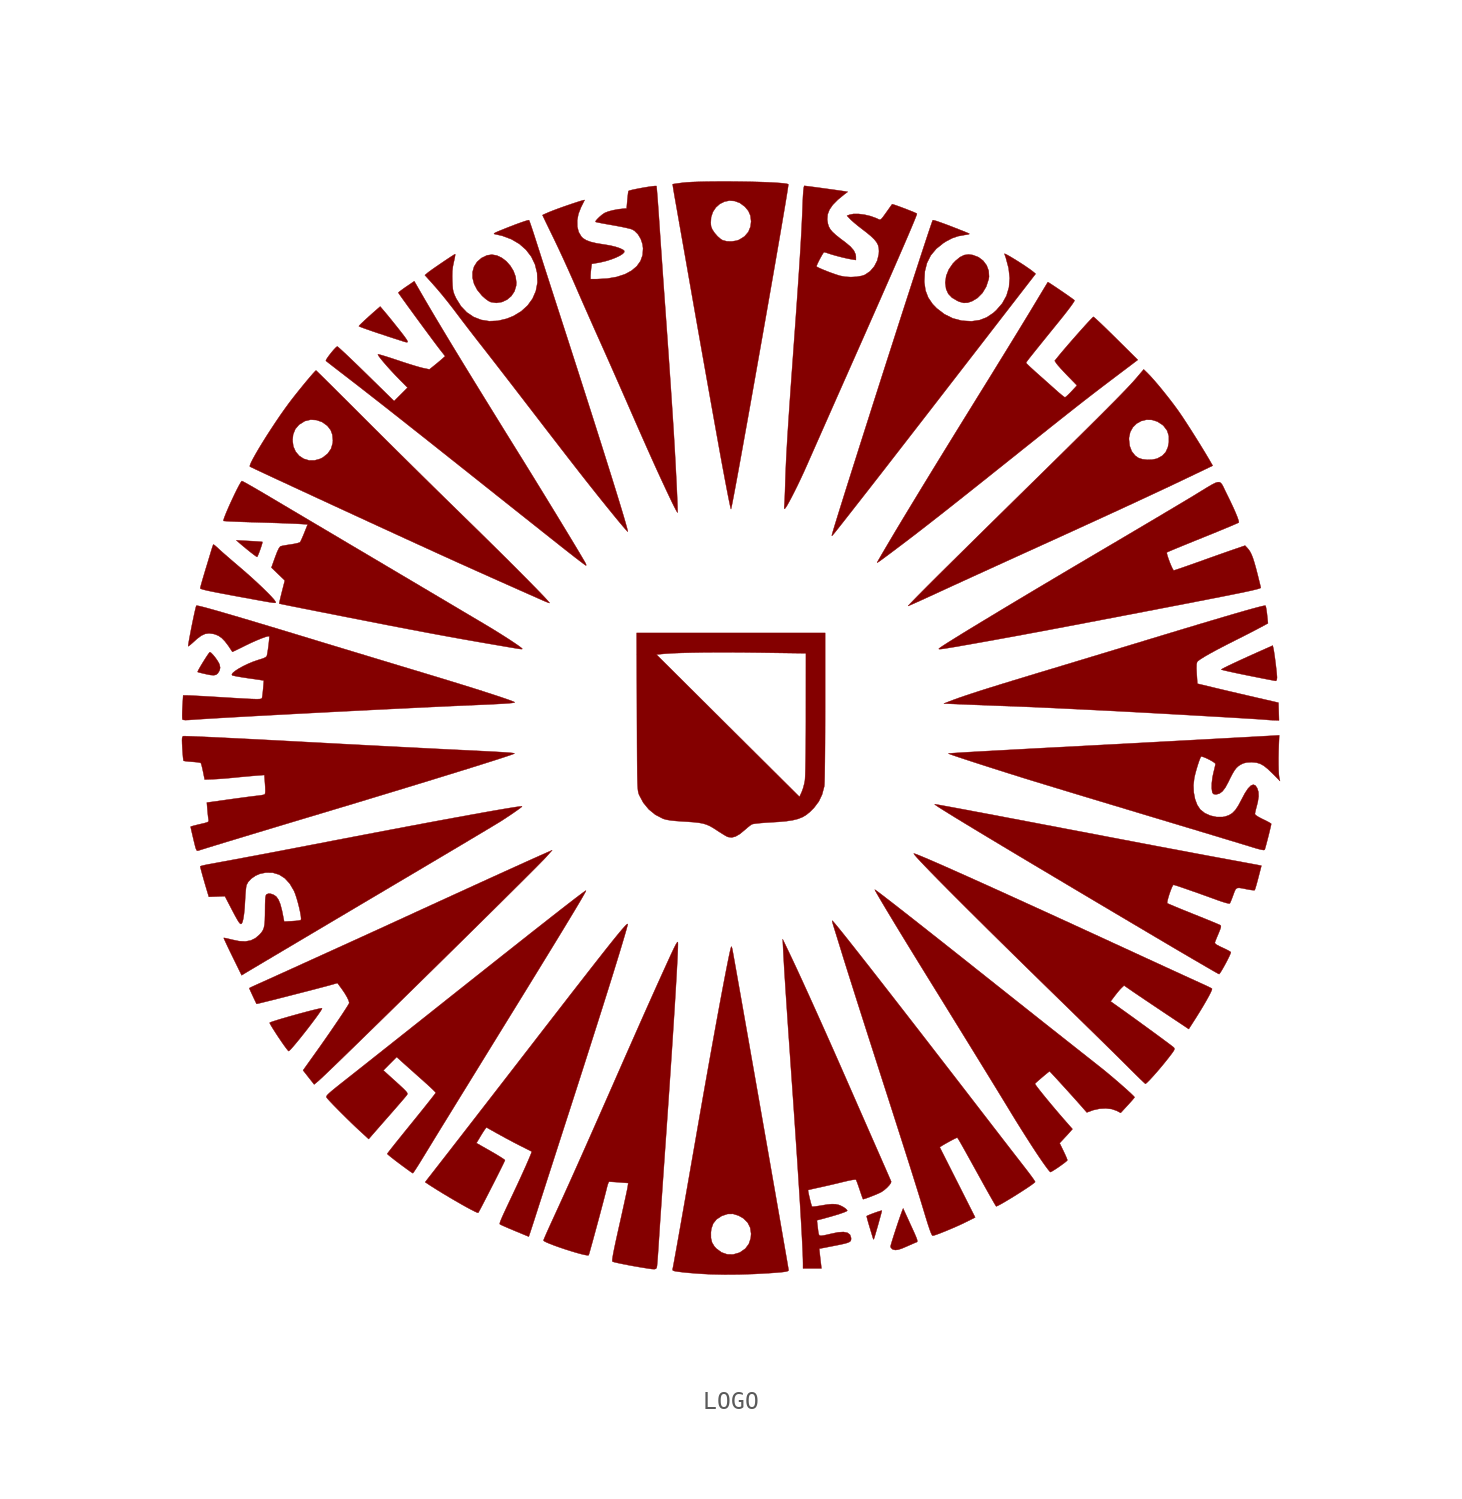
<source format=kicad_sym>
(kicad_symbol_lib
  (version 20210619)
  (generator bitmap2component)
  (symbol "LOGO"
    (pin_names
      (offset 1.016))
    (property "Reference" "#G"
      (at 0 31.382 0)
      (effects (font (size 1.27 1.27)) hide))
    (symbol "LOGO_0_0"
      (polyline (pts (xy 1.087 -30.166) (xy 1.927 -30.139) (xy 2.775 -30.092) (xy 2.862 -30.086) (xy 3.213 -30.06) (xy 3.473 -30.037) (xy 3.653 -30.014) (xy 3.766 -29.989) (xy 3.825 -29.96) (xy 3.842 -29.927) (xy 3.841 -29.918) (xy 3.826 -29.826) (xy 3.794 -29.637) (xy 3.747 -29.358) (xy 3.684 -28.997) (xy 3.608 -28.559) (xy 3.52 -28.051) (xy 3.421 -27.48) (xy 3.312 -26.853) (xy 3.193 -26.176) (xy 3.068 -25.456) (xy 2.935 -24.699) (xy 2.798 -23.912) (xy 2.656 -23.102) (xy 2.511 -22.275) (xy 2.364 -21.438) (xy 2.217 -20.598) (xy 2.07 -19.761) (xy 1.925 -18.933) (xy 1.782 -18.123) (xy 1.644 -17.335) (xy 1.51 -16.577) (xy 1.383 -15.856) (xy 1.264 -15.177) (xy 1.153 -14.549) (xy 1.051 -13.976) (xy 0.961 -13.467) (xy 0.883 -13.027) (xy 0.818 -12.663) (xy 0.768 -12.382) (xy 0.733 -12.191) (xy 0.715 -12.096) (xy 0.686 -11.996) (xy 0.662 -11.967) (xy 0.658 -11.972) (xy 0.631 -12.058) (xy 0.587 -12.244) (xy 0.527 -12.523) (xy 0.452 -12.891) (xy 0.363 -13.342) (xy 0.261 -13.871) (xy 0.147 -14.473) (xy 0.022 -15.142) (xy -0.113 -15.874) (xy -0.257 -16.663) (xy -0.409 -17.504) (xy -0.569 -18.392) (xy -0.734 -19.321) (xy -0.905 -20.286) (xy -1.08 -21.283) (xy -1.258 -22.305) (xy -1.346 -22.814) (xy -1.52 -23.81) (xy -1.683 -24.745) (xy -1.835 -25.614) (xy -1.976 -26.416) (xy -2.104 -27.144) (xy -2.219 -27.795) (xy -2.225 -27.829) (xy -0.471 -27.829) (xy -0.445 -27.626) (xy -0.343 -27.336) (xy -0.159 -27.107) (xy 0.114 -26.927) (xy 0.14 -26.914) (xy 0.455 -26.808) (xy 0.758 -26.803) (xy 1.067 -26.899) (xy 1.336 -27.054) (xy 1.571 -27.288) (xy 1.713 -27.573) (xy 1.761 -27.907) (xy 1.74 -28.154) (xy 1.634 -28.472) (xy 1.439 -28.732) (xy 1.157 -28.93) (xy 1.094 -28.96) (xy 0.761 -29.056) (xy 0.431 -29.048) (xy 0.117 -28.938) (xy -0.167 -28.729) (xy -0.28 -28.605) (xy -0.408 -28.392) (xy -0.468 -28.143) (xy -0.471 -27.829) (xy -2.225 -27.829) (xy -2.32 -28.365) (xy -2.407 -28.851) (xy -2.479 -29.247) (xy -2.534 -29.55) (xy -2.573 -29.756) (xy -2.595 -29.861) (xy -2.599 -29.881) (xy -2.596 -29.925) (xy -2.557 -29.957) (xy -2.464 -29.984) (xy -2.301 -30.009) (xy -2.049 -30.041) (xy -1.978 -30.049) (xy -1.686 -30.077) (xy -1.337 -30.105) (xy -0.968 -30.13) (xy -0.617 -30.149) (xy -0.451 -30.156) (xy 0.284 -30.172) (xy 1.087 -30.166)) (stroke (width 0.01)) (fill (type outline)))
      (polyline (pts (xy -3.522 -29.849) (xy -3.48 -29.788) (xy -3.461 -29.681) (xy -3.447 -29.522) (xy -3.441 -29.453) (xy -3.425 -29.248) (xy -3.405 -28.968) (xy -3.382 -28.633) (xy -3.358 -28.264) (xy -3.333 -27.881) (xy -3.318 -27.652) (xy -3.295 -27.303) (xy -3.266 -26.87) (xy -3.231 -26.364) (xy -3.192 -25.797) (xy -3.15 -25.181) (xy -3.105 -24.528) (xy -3.058 -23.85) (xy -3.01 -23.159) (xy -2.961 -22.465) (xy -2.937 -22.118) (xy -2.857 -20.966) (xy -2.781 -19.861) (xy -2.71 -18.808) (xy -2.643 -17.811) (xy -2.582 -16.873) (xy -2.526 -16) (xy -2.475 -15.196) (xy -2.431 -14.464) (xy -2.392 -13.809) (xy -2.36 -13.235) (xy -2.334 -12.746) (xy -2.316 -12.347) (xy -2.304 -12.042) (xy -2.3 -11.835) (xy -2.304 -11.729) (xy -2.314 -11.711) (xy -2.356 -11.749) (xy -2.431 -11.875) (xy -2.541 -12.093) (xy -2.688 -12.406) (xy -2.879 -12.824) (xy -3.159 -13.439) (xy -3.453 -14.089) (xy -3.765 -14.784) (xy -4.099 -15.532) (xy -4.459 -16.343) (xy -4.849 -17.224) (xy -5.274 -18.186) (xy -5.736 -19.237) (xy -5.862 -19.524) (xy -6.297 -20.512) (xy -6.694 -21.413) (xy -7.057 -22.234) (xy -7.389 -22.983) (xy -7.694 -23.669) (xy -7.975 -24.299) (xy -8.236 -24.882) (xy -8.482 -25.426) (xy -8.714 -25.938) (xy -8.937 -26.427) (xy -9.154 -26.9) (xy -9.164 -26.921) (xy -9.323 -27.269) (xy -9.467 -27.586) (xy -9.589 -27.858) (xy -9.683 -28.073) (xy -9.744 -28.217) (xy -9.765 -28.276) (xy -9.727 -28.316) (xy -9.601 -28.382) (xy -9.404 -28.465) (xy -9.154 -28.561) (xy -8.867 -28.663) (xy -8.56 -28.767) (xy -8.25 -28.865) (xy -7.955 -28.954) (xy -7.691 -29.027) (xy -7.475 -29.078) (xy -7.324 -29.103) (xy -7.256 -29.096) (xy -7.255 -29.094) (xy -7.233 -29.026) (xy -7.187 -28.87) (xy -7.123 -28.64) (xy -7.042 -28.35) (xy -6.95 -28.013) (xy -6.85 -27.644) (xy -6.745 -27.256) (xy -6.639 -26.862) (xy -6.537 -26.478) (xy -6.441 -26.116) (xy -6.356 -25.79) (xy -6.285 -25.514) (xy -6.233 -25.303) (xy -6.201 -25.188) (xy -6.157 -25.065) (xy -6.123 -25.016) (xy -6.095 -25.017) (xy -5.978 -25.024) (xy -5.794 -25.036) (xy -5.57 -25.052) (xy -5.058 -25.091) (xy -5.091 -25.312) (xy -5.11 -25.414) (xy -5.15 -25.607) (xy -5.208 -25.877) (xy -5.281 -26.212) (xy -5.366 -26.598) (xy -5.46 -27.023) (xy -5.561 -27.471) (xy -5.655 -27.89) (xy -5.754 -28.341) (xy -5.831 -28.703) (xy -5.887 -28.984) (xy -5.923 -29.191) (xy -5.942 -29.332) (xy -5.944 -29.416) (xy -5.93 -29.451) (xy -5.92 -29.456) (xy -5.818 -29.486) (xy -5.634 -29.529) (xy -5.387 -29.581) (xy -5.097 -29.638) (xy -4.781 -29.697) (xy -4.459 -29.753) (xy -4.15 -29.803) (xy -3.97 -29.832) (xy -3.75 -29.864) (xy -3.606 -29.872) (xy -3.522 -29.849)) (stroke (width 0.01)) (fill (type outline)))
      (polyline (pts (xy 5.636 -29.576) (xy 5.625 -29.488) (xy 5.598 -29.255) (xy 5.573 -29.029) (xy 5.541 -28.735) (xy 6.279 -28.592) (xy 6.356 -28.577) (xy 6.691 -28.511) (xy 6.937 -28.456) (xy 7.107 -28.409) (xy 7.217 -28.362) (xy 7.278 -28.312) (xy 7.305 -28.252) (xy 7.311 -28.176) (xy 7.309 -28.132) (xy 7.251 -27.959) (xy 7.111 -27.851) (xy 6.889 -27.806) (xy 6.582 -27.826) (xy 6.19 -27.908) (xy 6.165 -27.914) (xy 5.953 -27.964) (xy 5.769 -28) (xy 5.651 -28.014) (xy 5.596 -28.012) (xy 5.546 -27.989) (xy 5.513 -27.925) (xy 5.488 -27.799) (xy 5.462 -27.587) (xy 5.412 -27.159) (xy 5.627 -27.103) (xy 5.689 -27.087) (xy 6.066 -26.984) (xy 6.403 -26.887) (xy 6.688 -26.798) (xy 6.907 -26.722) (xy 7.047 -26.663) (xy 7.097 -26.625) (xy 7.09 -26.599) (xy 7.013 -26.515) (xy 6.877 -26.421) (xy 6.71 -26.336) (xy 6.62 -26.303) (xy 6.446 -26.266) (xy 6.24 -26.26) (xy 5.98 -26.284) (xy 5.64 -26.34) (xy 5.54 -26.357) (xy 5.344 -26.386) (xy 5.203 -26.4) (xy 5.14 -26.396) (xy 5.14 -26.396) (xy 5.116 -26.334) (xy 5.077 -26.2) (xy 5.032 -26.024) (xy 4.987 -25.835) (xy 4.949 -25.662) (xy 4.925 -25.534) (xy 4.921 -25.48) (xy 4.923 -25.479) (xy 4.991 -25.461) (xy 5.141 -25.425) (xy 5.351 -25.378) (xy 5.603 -25.323) (xy 5.828 -25.273) (xy 6.2 -25.188) (xy 6.577 -25.099) (xy 6.905 -25.019) (xy 6.918 -25.016) (xy 7.163 -24.959) (xy 7.369 -24.919) (xy 7.515 -24.899) (xy 7.579 -24.904) (xy 7.598 -24.939) (xy 7.647 -25.061) (xy 7.713 -25.245) (xy 7.788 -25.467) (xy 7.841 -25.625) (xy 7.905 -25.812) (xy 7.952 -25.94) (xy 7.973 -25.987) (xy 8 -25.983) (xy 8.118 -25.948) (xy 8.293 -25.885) (xy 8.497 -25.807) (xy 8.7 -25.725) (xy 8.874 -25.648) (xy 8.992 -25.589) (xy 9.143 -25.485) (xy 9.3 -25.35) (xy 9.431 -25.21) (xy 9.516 -25.089) (xy 9.535 -25.007) (xy 9.511 -24.951) (xy 9.448 -24.808) (xy 9.352 -24.588) (xy 9.229 -24.305) (xy 9.081 -23.97) (xy 8.916 -23.592) (xy 8.737 -23.186) (xy 8.656 -23.001) (xy 8.448 -22.528) (xy 8.211 -21.989) (xy 7.954 -21.403) (xy 7.686 -20.793) (xy 7.417 -20.179) (xy 7.155 -19.582) (xy 6.91 -19.024) (xy 6.671 -18.48) (xy 6.311 -17.666) (xy 5.952 -16.859) (xy 5.599 -16.07) (xy 5.257 -15.31) (xy 4.932 -14.591) (xy 4.628 -13.924) (xy 4.351 -13.322) (xy 4.105 -12.794) (xy 3.896 -12.353) (xy 3.513 -11.553) (xy 3.546 -12.22) (xy 3.558 -12.459) (xy 3.577 -12.79) (xy 3.598 -13.163) (xy 3.624 -13.587) (xy 3.655 -14.067) (xy 3.69 -14.61) (xy 3.731 -15.222) (xy 3.777 -15.908) (xy 3.829 -16.676) (xy 3.889 -17.531) (xy 3.955 -18.481) (xy 4.028 -19.53) (xy 4.091 -20.427) (xy 4.175 -21.645) (xy 4.252 -22.791) (xy 4.324 -23.86) (xy 4.388 -24.851) (xy 4.446 -25.76) (xy 4.497 -26.584) (xy 4.54 -27.321) (xy 4.576 -27.966) (xy 4.604 -28.517) (xy 4.625 -28.971) (xy 4.638 -29.325) (xy 4.642 -29.576) (xy 4.642 -29.829) (xy 5.666 -29.829) (xy 5.636 -29.576)) (stroke (width 0.01)) (fill (type outline)))
      (polyline (pts (xy 9.916 -28.791) (xy 10.123 -28.726) (xy 10.4 -28.608) (xy 10.506 -28.561) (xy 10.706 -28.473) (xy 10.863 -28.405) (xy 10.95 -28.371) (xy 10.974 -28.357) (xy 10.988 -28.316) (xy 10.974 -28.238) (xy 10.927 -28.107) (xy 10.843 -27.909) (xy 10.717 -27.63) (xy 10.68 -27.55) (xy 10.556 -27.28) (xy 10.444 -27.033) (xy 10.353 -26.835) (xy 10.295 -26.709) (xy 10.198 -26.497) (xy 10.136 -26.655) (xy 10.131 -26.669) (xy 10.067 -26.844) (xy 9.986 -27.075) (xy 9.895 -27.342) (xy 9.801 -27.626) (xy 9.709 -27.907) (xy 9.627 -28.166) (xy 9.56 -28.383) (xy 9.515 -28.538) (xy 9.499 -28.612) (xy 9.514 -28.672) (xy 9.592 -28.757) (xy 9.637 -28.78) (xy 9.761 -28.808) (xy 9.916 -28.791)) (stroke (width 0.01)) (fill (type outline)))
      (polyline (pts (xy 8.57 -28.21) (xy 8.598 -28.127) (xy 8.646 -27.969) (xy 8.707 -27.759) (xy 8.777 -27.519) (xy 8.847 -27.27) (xy 8.912 -27.034) (xy 8.967 -26.833) (xy 9.004 -26.689) (xy 9.018 -26.624) (xy 8.991 -26.623) (xy 8.889 -26.651) (xy 8.736 -26.701) (xy 8.561 -26.763) (xy 8.39 -26.828) (xy 8.252 -26.885) (xy 8.174 -26.925) (xy 8.178 -26.961) (xy 8.207 -27.081) (xy 8.258 -27.264) (xy 8.324 -27.489) (xy 8.378 -27.667) (xy 8.443 -27.883) (xy 8.493 -28.049) (xy 8.52 -28.139) (xy 8.539 -28.191) (xy 8.566 -28.218) (xy 8.57 -28.21)) (stroke (width 0.01)) (fill (type outline)))
      (polyline (pts (xy -10.577 -28.056) (xy -10.547 -27.97) (xy -10.49 -27.803) (xy -10.414 -27.569) (xy -10.321 -27.284) (xy -10.217 -26.961) (xy -10.203 -26.915) (xy -10.122 -26.665) (xy -10.014 -26.326) (xy -9.879 -25.909) (xy -9.723 -25.424) (xy -9.549 -24.881) (xy -9.358 -24.291) (xy -9.156 -23.664) (xy -8.946 -23.01) (xy -8.73 -22.34) (xy -8.512 -21.665) (xy -8.336 -21.121) (xy -7.913 -19.807) (xy -7.517 -18.573) (xy -7.149 -17.42) (xy -6.808 -16.349) (xy -6.495 -15.364) (xy -6.212 -14.465) (xy -5.958 -13.655) (xy -5.735 -12.934) (xy -5.542 -12.306) (xy -5.381 -11.772) (xy -5.251 -11.334) (xy -5.154 -10.993) (xy -5.09 -10.752) (xy -5.087 -10.724) (xy -5.099 -10.711) (xy -5.133 -10.729) (xy -5.192 -10.782) (xy -5.277 -10.872) (xy -5.393 -11.003) (xy -5.542 -11.178) (xy -5.725 -11.401) (xy -5.947 -11.675) (xy -6.209 -12.004) (xy -6.514 -12.39) (xy -6.866 -12.838) (xy -7.266 -13.35) (xy -7.718 -13.93) (xy -8.225 -14.581) (xy -8.787 -15.307) (xy -9.41 -16.11) (xy -10.095 -16.995) (xy -10.257 -17.206) (xy -10.785 -17.888) (xy -11.31 -18.567) (xy -11.827 -19.235) (xy -12.33 -19.885) (xy -12.814 -20.51) (xy -13.273 -21.102) (xy -13.7 -21.654) (xy -14.091 -22.158) (xy -14.439 -22.608) (xy -14.74 -22.995) (xy -14.986 -23.313) (xy -15.173 -23.553) (xy -16.332 -25.041) (xy -16.157 -25.158) (xy -15.937 -25.301) (xy -15.638 -25.489) (xy -15.315 -25.687) (xy -14.98 -25.888) (xy -14.646 -26.083) (xy -14.327 -26.267) (xy -14.034 -26.43) (xy -13.78 -26.567) (xy -13.579 -26.669) (xy -13.444 -26.73) (xy -13.386 -26.742) (xy -13.382 -26.738) (xy -13.338 -26.661) (xy -13.255 -26.508) (xy -13.141 -26.291) (xy -13.004 -26.026) (xy -12.85 -25.727) (xy -12.687 -25.408) (xy -12.521 -25.084) (xy -12.362 -24.768) (xy -12.215 -24.475) (xy -12.088 -24.22) (xy -11.988 -24.016) (xy -11.923 -23.878) (xy -11.9 -23.821) (xy -11.928 -23.793) (xy -12.035 -23.718) (xy -12.208 -23.608) (xy -12.432 -23.473) (xy -12.692 -23.322) (xy -13.484 -22.872) (xy -13.219 -22.429) (xy -13.146 -22.311) (xy -13.04 -22.148) (xy -12.96 -22.04) (xy -12.921 -22.006) (xy -12.766 -22.095) (xy -12.308 -22.352) (xy -11.848 -22.605) (xy -11.417 -22.834) (xy -11.046 -23.025) (xy -11.009 -23.043) (xy -10.782 -23.157) (xy -10.596 -23.251) (xy -10.468 -23.317) (xy -10.418 -23.344) (xy -10.418 -23.358) (xy -10.45 -23.453) (xy -10.52 -23.626) (xy -10.622 -23.865) (xy -10.75 -24.158) (xy -10.9 -24.491) (xy -11.065 -24.853) (xy -11.24 -25.232) (xy -11.42 -25.613) (xy -11.421 -25.617) (xy -11.637 -26.073) (xy -11.811 -26.442) (xy -11.947 -26.734) (xy -12.048 -26.957) (xy -12.119 -27.122) (xy -12.164 -27.237) (xy -12.187 -27.312) (xy -12.191 -27.356) (xy -12.181 -27.378) (xy -12.157 -27.393) (xy -12.048 -27.446) (xy -11.867 -27.526) (xy -11.634 -27.627) (xy -11.366 -27.739) (xy -11.205 -27.806) (xy -10.96 -27.907) (xy -10.764 -27.989) (xy -10.632 -28.043) (xy -10.582 -28.064) (xy -10.577 -28.056)) (stroke (width 0.01)) (fill (type outline)))
      (polyline (pts (xy 11.923 -27.996) (xy 12.089 -27.94) (xy 12.315 -27.854) (xy 12.582 -27.747) (xy 12.87 -27.626) (xy 13.161 -27.5) (xy 13.436 -27.375) (xy 13.675 -27.26) (xy 14.197 -26.998) (xy 13.222 -25.066) (xy 13.138 -24.901) (xy 12.931 -24.491) (xy 12.742 -24.116) (xy 12.575 -23.785) (xy 12.435 -23.508) (xy 12.328 -23.296) (xy 12.259 -23.158) (xy 12.233 -23.106) (xy 12.249 -23.089) (xy 12.337 -23.031) (xy 12.48 -22.945) (xy 12.655 -22.846) (xy 12.838 -22.746) (xy 13.005 -22.658) (xy 13.133 -22.596) (xy 13.197 -22.572) (xy 13.201 -22.573) (xy 13.215 -22.585) (xy 13.238 -22.616) (xy 13.275 -22.674) (xy 13.33 -22.766) (xy 13.406 -22.899) (xy 13.509 -23.081) (xy 13.643 -23.32) (xy 13.811 -23.622) (xy 14.018 -23.996) (xy 14.268 -24.448) (xy 14.566 -24.986) (xy 14.622 -25.089) (xy 14.812 -25.43) (xy 14.984 -25.737) (xy 15.132 -25.997) (xy 15.248 -26.2) (xy 15.327 -26.332) (xy 15.361 -26.383) (xy 15.378 -26.382) (xy 15.474 -26.341) (xy 15.635 -26.255) (xy 15.848 -26.133) (xy 16.095 -25.985) (xy 16.363 -25.821) (xy 16.636 -25.65) (xy 16.897 -25.482) (xy 17.132 -25.327) (xy 17.326 -25.193) (xy 17.462 -25.091) (xy 17.526 -25.031) (xy 17.516 -25.002) (xy 17.452 -24.901) (xy 17.338 -24.741) (xy 17.187 -24.537) (xy 17.008 -24.304) (xy 16.918 -24.188) (xy 16.749 -23.97) (xy 16.527 -23.684) (xy 16.258 -23.337) (xy 15.949 -22.937) (xy 15.607 -22.495) (xy 15.239 -22.018) (xy 14.85 -21.514) (xy 14.449 -20.994) (xy 14.04 -20.464) (xy 13.662 -19.973) (xy 12.828 -18.893) (xy 12.037 -17.87) (xy 11.291 -16.905) (xy 10.589 -16) (xy 9.935 -15.158) (xy 9.329 -14.379) (xy 8.773 -13.666) (xy 8.269 -13.021) (xy 7.817 -12.446) (xy 7.42 -11.942) (xy 7.079 -11.511) (xy 6.795 -11.156) (xy 6.57 -10.879) (xy 6.406 -10.68) (xy 6.303 -10.562) (xy 6.263 -10.528) (xy 6.261 -10.546) (xy 6.279 -10.64) (xy 6.32 -10.783) (xy 6.324 -10.796) (xy 6.364 -10.924) (xy 6.43 -11.136) (xy 6.517 -11.416) (xy 6.62 -11.749) (xy 6.735 -12.12) (xy 6.856 -12.513) (xy 6.894 -12.635) (xy 6.997 -12.963) (xy 7.127 -13.377) (xy 7.282 -13.866) (xy 7.457 -14.418) (xy 7.649 -15.024) (xy 7.856 -15.671) (xy 8.073 -16.35) (xy 8.296 -17.048) (xy 8.524 -17.756) (xy 8.751 -18.463) (xy 9.07 -19.456) (xy 9.365 -20.372) (xy 9.631 -21.201) (xy 9.87 -21.948) (xy 10.086 -22.622) (xy 10.28 -23.229) (xy 10.454 -23.776) (xy 10.611 -24.27) (xy 10.752 -24.718) (xy 10.88 -25.127) (xy 10.998 -25.504) (xy 11.107 -25.855) (xy 11.209 -26.188) (xy 11.307 -26.51) (xy 11.403 -26.827) (xy 11.451 -26.986) (xy 11.571 -27.372) (xy 11.668 -27.662) (xy 11.743 -27.862) (xy 11.799 -27.977) (xy 11.838 -28.015) (xy 11.923 -27.996)) (stroke (width 0.01)) (fill (type outline)))
      (polyline (pts (xy -17.009 -24.542) (xy -16.957 -24.475) (xy -16.863 -24.334) (xy -16.733 -24.132) (xy -16.577 -23.882) (xy -16.404 -23.599) (xy -16.39 -23.577) (xy -16.307 -23.44) (xy -16.222 -23.3) (xy -16.132 -23.154) (xy -16.035 -22.995) (xy -15.928 -22.82) (xy -15.808 -22.623) (xy -15.672 -22.401) (xy -15.517 -22.148) (xy -15.34 -21.86) (xy -15.138 -21.533) (xy -14.909 -21.161) (xy -14.65 -20.74) (xy -14.358 -20.265) (xy -14.029 -19.732) (xy -13.662 -19.136) (xy -13.253 -18.472) (xy -12.8 -17.736) (xy -12.299 -16.923) (xy -11.748 -16.029) (xy -11.143 -15.048) (xy -10.614 -14.189) (xy -10.043 -13.259) (xy -9.528 -12.419) (xy -9.069 -11.669) (xy -8.666 -11.008) (xy -8.32 -10.436) (xy -8.029 -9.953) (xy -7.793 -9.558) (xy -7.613 -9.251) (xy -7.489 -9.033) (xy -7.419 -8.902) (xy -7.405 -8.859) (xy -7.407 -8.859) (xy -7.462 -8.892) (xy -7.586 -8.98) (xy -7.779 -9.124) (xy -8.042 -9.324) (xy -8.376 -9.581) (xy -8.782 -9.897) (xy -9.262 -10.272) (xy -9.816 -10.707) (xy -10.447 -11.202) (xy -11.153 -11.76) (xy -11.938 -12.38) (xy -12.801 -13.063) (xy -13.744 -13.81) (xy -14.769 -14.623) (xy -15.875 -15.502) (xy -16.415 -15.931) (xy -16.984 -16.382) (xy -17.548 -16.83) (xy -18.099 -17.266) (xy -18.626 -17.684) (xy -19.119 -18.074) (xy -19.568 -18.43) (xy -19.963 -18.743) (xy -20.295 -19.005) (xy -20.553 -19.209) (xy -20.645 -19.281) (xy -20.993 -19.556) (xy -21.267 -19.775) (xy -21.476 -19.945) (xy -21.626 -20.073) (xy -21.727 -20.167) (xy -21.786 -20.235) (xy -21.811 -20.284) (xy -21.811 -20.321) (xy -21.793 -20.355) (xy -21.737 -20.424) (xy -21.608 -20.565) (xy -21.427 -20.756) (xy -21.206 -20.982) (xy -20.959 -21.23) (xy -20.7 -21.487) (xy -20.442 -21.739) (xy -20.198 -21.973) (xy -19.981 -22.175) (xy -19.464 -22.65) (xy -19.297 -22.456) (xy -19.256 -22.409) (xy -19.138 -22.273) (xy -18.969 -22.08) (xy -18.761 -21.842) (xy -18.527 -21.575) (xy -18.278 -21.292) (xy -18.119 -21.111) (xy -17.889 -20.846) (xy -17.686 -20.612) (xy -17.521 -20.419) (xy -17.405 -20.282) (xy -17.349 -20.212) (xy -17.334 -20.189) (xy -17.316 -20.151) (xy -17.318 -20.109) (xy -17.348 -20.053) (xy -17.416 -19.973) (xy -17.528 -19.859) (xy -17.695 -19.703) (xy -17.923 -19.494) (xy -18.223 -19.224) (xy -18.649 -18.838) (xy -17.912 -18.096) (xy -17.614 -18.366) (xy -17.488 -18.479) (xy -17.294 -18.652) (xy -17.057 -18.864) (xy -16.796 -19.097) (xy -16.529 -19.334) (xy -16.493 -19.366) (xy -16.255 -19.58) (xy -16.048 -19.769) (xy -15.886 -19.923) (xy -15.78 -20.029) (xy -15.742 -20.076) (xy -15.745 -20.084) (xy -15.799 -20.16) (xy -15.911 -20.306) (xy -16.074 -20.513) (xy -16.28 -20.773) (xy -16.523 -21.077) (xy -16.795 -21.414) (xy -17.089 -21.777) (xy -17.191 -21.903) (xy -17.479 -22.258) (xy -17.741 -22.584) (xy -17.973 -22.872) (xy -18.165 -23.114) (xy -18.311 -23.3) (xy -18.404 -23.422) (xy -18.436 -23.47) (xy -18.418 -23.492) (xy -18.328 -23.57) (xy -18.176 -23.693) (xy -17.976 -23.849) (xy -17.743 -24.025) (xy -17.583 -24.144) (xy -17.366 -24.303) (xy -17.189 -24.431) (xy -17.066 -24.515) (xy -17.014 -24.546) (xy -17.009 -24.542)) (stroke (width 0.01)) (fill (type outline)))
      (polyline (pts (xy 18.398 -24.474) (xy 18.505 -24.415) (xy 18.658 -24.319) (xy 18.834 -24.201) (xy 19.01 -24.076) (xy 19.165 -23.961) (xy 19.274 -23.871) (xy 19.316 -23.823) (xy 19.31 -23.798) (xy 19.269 -23.689) (xy 19.195 -23.522) (xy 19.101 -23.321) (xy 18.885 -22.875) (xy 19.088 -22.658) (xy 19.171 -22.568) (xy 19.268 -22.465) (xy 19.317 -22.413) (xy 19.321 -22.408) (xy 19.379 -22.343) (xy 19.471 -22.24) (xy 19.598 -22.096) (xy 19.124 -21.555) (xy 18.884 -21.278) (xy 18.637 -20.988) (xy 18.392 -20.696) (xy 18.159 -20.415) (xy 17.948 -20.156) (xy 17.769 -19.932) (xy 17.631 -19.753) (xy 17.543 -19.631) (xy 17.515 -19.579) (xy 17.526 -19.566) (xy 17.598 -19.497) (xy 17.721 -19.388) (xy 17.872 -19.258) (xy 18.03 -19.124) (xy 18.173 -19.006) (xy 18.279 -18.922) (xy 18.326 -18.89) (xy 18.335 -18.897) (xy 18.401 -18.965) (xy 18.522 -19.095) (xy 18.687 -19.273) (xy 18.883 -19.487) (xy 19.099 -19.724) (xy 19.324 -19.972) (xy 19.547 -20.218) (xy 19.755 -20.45) (xy 19.937 -20.654) (xy 20.083 -20.819) (xy 20.393 -21.173) (xy 20.695 -21.063) (xy 20.763 -21.04) (xy 21.1 -20.966) (xy 21.447 -20.948) (xy 21.77 -20.983) (xy 22.035 -21.074) (xy 22.273 -21.197) (xy 22.66 -20.777) (xy 22.787 -20.638) (xy 22.921 -20.487) (xy 23.012 -20.378) (xy 23.046 -20.331) (xy 23.041 -20.32) (xy 22.976 -20.248) (xy 22.846 -20.122) (xy 22.663 -19.954) (xy 22.441 -19.755) (xy 22.192 -19.537) (xy 21.928 -19.31) (xy 21.663 -19.086) (xy 21.409 -18.875) (xy 21.179 -18.69) (xy 21.013 -18.559) (xy 20.742 -18.345) (xy 20.415 -18.087) (xy 20.047 -17.797) (xy 19.655 -17.487) (xy 19.253 -17.17) (xy 18.858 -16.858) (xy 18.846 -16.849) (xy 18.512 -16.585) (xy 18.108 -16.266) (xy 17.646 -15.9) (xy 17.14 -15.499) (xy 16.601 -15.072) (xy 16.043 -14.63) (xy 15.479 -14.182) (xy 14.92 -13.738) (xy 14.38 -13.31) (xy 14.159 -13.134) (xy 13.459 -12.578) (xy 12.788 -12.047) (xy 12.151 -11.543) (xy 11.552 -11.071) (xy 10.996 -10.633) (xy 10.487 -10.233) (xy 10.03 -9.876) (xy 9.629 -9.563) (xy 9.288 -9.3) (xy 9.013 -9.088) (xy 8.808 -8.933) (xy 8.677 -8.837) (xy 8.626 -8.805) (xy 8.625 -8.806) (xy 8.652 -8.867) (xy 8.732 -9.011) (xy 8.86 -9.232) (xy 9.032 -9.524) (xy 9.244 -9.881) (xy 9.494 -10.295) (xy 9.776 -10.762) (xy 10.088 -11.275) (xy 10.426 -11.828) (xy 10.785 -12.413) (xy 11.162 -13.026) (xy 11.554 -13.661) (xy 11.792 -14.046) (xy 12.396 -15.022) (xy 12.971 -15.954) (xy 13.515 -16.836) (xy 14.025 -17.663) (xy 14.497 -18.43) (xy 14.928 -19.131) (xy 15.316 -19.763) (xy 15.656 -20.319) (xy 15.946 -20.794) (xy 16.183 -21.184) (xy 16.219 -21.244) (xy 16.473 -21.658) (xy 16.759 -22.116) (xy 17.056 -22.584) (xy 17.341 -23.029) (xy 17.594 -23.415) (xy 17.741 -23.635) (xy 17.931 -23.912) (xy 18.098 -24.147) (xy 18.234 -24.329) (xy 18.328 -24.445) (xy 18.374 -24.483) (xy 18.398 -24.474)) (stroke (width 0.01)) (fill (type outline)))
      (polyline (pts (xy -22.252 -19.419) (xy -22.229 -19.399) (xy -22.11 -19.29) (xy -21.922 -19.113) (xy -21.67 -18.872) (xy -21.359 -18.573) (xy -20.995 -18.221) (xy -20.583 -17.821) (xy -20.127 -17.378) (xy -19.634 -16.896) (xy -19.107 -16.382) (xy -18.553 -15.84) (xy -17.976 -15.275) (xy -17.382 -14.692) (xy -16.775 -14.097) (xy -16.162 -13.494) (xy -15.546 -12.889) (xy -14.934 -12.286) (xy -14.33 -11.691) (xy -13.74 -11.109) (xy -13.168 -10.544) (xy -12.62 -10.003) (xy -12.101 -9.489) (xy -11.617 -9.008) (xy -11.172 -8.566) (xy -10.771 -8.166) (xy -10.42 -7.815) (xy -10.124 -7.518) (xy -9.888 -7.278) (xy -9.716 -7.102) (xy -9.616 -6.995) (xy -9.279 -6.618) (xy -9.509 -6.718) (xy -9.622 -6.768) (xy -9.907 -6.894) (xy -10.279 -7.061) (xy -10.732 -7.265) (xy -11.258 -7.503) (xy -11.853 -7.773) (xy -12.509 -8.071) (xy -13.22 -8.395) (xy -13.979 -8.742) (xy -14.78 -9.108) (xy -15.617 -9.491) (xy -16.483 -9.888) (xy -17.371 -10.296) (xy -18.276 -10.711) (xy -18.328 -10.735) (xy -18.608 -10.864) (xy -18.961 -11.025) (xy -19.376 -11.214) (xy -19.842 -11.427) (xy -20.349 -11.658) (xy -20.887 -11.903) (xy -21.444 -12.156) (xy -22.01 -12.414) (xy -22.575 -12.67) (xy -23.127 -12.921) (xy -23.656 -13.162) (xy -24.152 -13.387) (xy -24.605 -13.592) (xy -25.002 -13.772) (xy -25.334 -13.922) (xy -25.59 -14.037) (xy -25.76 -14.114) (xy -25.766 -14.116) (xy -25.931 -14.192) (xy -26.049 -14.249) (xy -26.094 -14.276) (xy -26.093 -14.277) (xy -26.069 -14.336) (xy -26.012 -14.462) (xy -25.936 -14.627) (xy -25.853 -14.805) (xy -25.775 -14.969) (xy -25.716 -15.092) (xy -25.688 -15.146) (xy -25.673 -15.145) (xy -25.571 -15.122) (xy -25.387 -15.078) (xy -25.132 -15.015) (xy -24.82 -14.938) (xy -24.465 -14.848) (xy -24.078 -14.75) (xy -23.674 -14.646) (xy -23.265 -14.541) (xy -22.864 -14.438) (xy -22.485 -14.34) (xy -22.14 -14.249) (xy -21.843 -14.171) (xy -21.607 -14.107) (xy -21.445 -14.062) (xy -21.198 -13.99) (xy -20.95 -14.328) (xy -20.793 -14.558) (xy -20.663 -14.78) (xy -20.576 -14.966) (xy -20.544 -15.093) (xy -20.562 -15.135) (xy -20.635 -15.259) (xy -20.757 -15.451) (xy -20.92 -15.701) (xy -21.118 -15.997) (xy -21.344 -16.329) (xy -21.589 -16.688) (xy -21.848 -17.06) (xy -22.112 -17.438) (xy -22.375 -17.808) (xy -23.108 -18.835) (xy -22.492 -19.619) (xy -22.252 -19.419)) (stroke (width 0.01)) (fill (type outline)))
      (polyline (pts (xy 23.668 -19.573) (xy 23.755 -19.497) (xy 23.891 -19.36) (xy 24.062 -19.174) (xy 24.258 -18.954) (xy 24.464 -18.713) (xy 24.669 -18.466) (xy 24.861 -18.227) (xy 24.913 -18.161) (xy 25.076 -17.951) (xy 25.182 -17.804) (xy 25.241 -17.707) (xy 25.259 -17.644) (xy 25.246 -17.598) (xy 25.208 -17.556) (xy 25.187 -17.538) (xy 25.085 -17.459) (xy 24.914 -17.33) (xy 24.683 -17.159) (xy 24.406 -16.954) (xy 24.093 -16.724) (xy 23.755 -16.478) (xy 23.404 -16.223) (xy 23.052 -15.967) (xy 22.709 -15.72) (xy 22.387 -15.489) (xy 22.098 -15.283) (xy 21.714 -15.01) (xy 21.951 -14.696) (xy 22.088 -14.521) (xy 22.223 -14.361) (xy 22.325 -14.254) (xy 22.461 -14.126) (xy 22.903 -14.433) (xy 22.925 -14.448) (xy 23.099 -14.567) (xy 23.343 -14.732) (xy 23.641 -14.933) (xy 23.977 -15.159) (xy 24.335 -15.399) (xy 24.698 -15.642) (xy 26.052 -16.544) (xy 26.369 -16.049) (xy 26.42 -15.97) (xy 26.643 -15.613) (xy 26.847 -15.277) (xy 27.024 -14.972) (xy 27.169 -14.711) (xy 27.274 -14.505) (xy 27.334 -14.364) (xy 27.342 -14.302) (xy 27.288 -14.27) (xy 27.155 -14.202) (xy 26.964 -14.111) (xy 26.738 -14.008) (xy 26.626 -13.957) (xy 26.415 -13.861) (xy 26.122 -13.727) (xy 25.756 -13.56) (xy 25.324 -13.361) (xy 24.834 -13.137) (xy 24.295 -12.889) (xy 23.714 -12.622) (xy 23.1 -12.339) (xy 22.46 -12.044) (xy 21.802 -11.742) (xy 21.479 -11.593) (xy 20.296 -11.049) (xy 19.169 -10.531) (xy 18.1 -10.042) (xy 17.093 -9.583) (xy 16.151 -9.154) (xy 15.274 -8.756) (xy 14.468 -8.392) (xy 13.734 -8.062) (xy 13.075 -7.768) (xy 12.494 -7.51) (xy 11.993 -7.29) (xy 11.575 -7.109) (xy 11.243 -6.969) (xy 11 -6.87) (xy 10.848 -6.814) (xy 10.789 -6.802) (xy 10.79 -6.812) (xy 10.844 -6.888) (xy 10.971 -7.035) (xy 11.168 -7.249) (xy 11.433 -7.527) (xy 11.762 -7.868) (xy 12.153 -8.267) (xy 12.604 -8.723) (xy 13.111 -9.232) (xy 13.671 -9.792) (xy 14.283 -10.4) (xy 14.942 -11.054) (xy 15.647 -11.749) (xy 16.394 -12.484) (xy 17.181 -13.256) (xy 18.005 -14.062) (xy 18.863 -14.9) (xy 19.27 -15.296) (xy 19.764 -15.779) (xy 20.25 -16.255) (xy 20.72 -16.714) (xy 21.164 -17.15) (xy 21.574 -17.553) (xy 21.942 -17.915) (xy 22.258 -18.228) (xy 22.515 -18.483) (xy 22.705 -18.672) (xy 22.882 -18.85) (xy 23.121 -19.086) (xy 23.327 -19.288) (xy 23.491 -19.445) (xy 23.601 -19.547) (xy 23.646 -19.584) (xy 23.668 -19.573)) (stroke (width 0.01)) (fill (type outline)))
      (polyline (pts (xy -23.865 -17.741) (xy -23.766 -17.641) (xy -23.624 -17.48) (xy -23.449 -17.271) (xy -23.251 -17.028) (xy -23.04 -16.763) (xy -22.826 -16.489) (xy -22.62 -16.219) (xy -22.431 -15.967) (xy -22.269 -15.745) (xy -22.146 -15.566) (xy -22.07 -15.443) (xy -22.052 -15.39) (xy -22.081 -15.389) (xy -22.198 -15.409) (xy -22.392 -15.453) (xy -22.646 -15.515) (xy -22.943 -15.592) (xy -23.267 -15.679) (xy -23.603 -15.772) (xy -23.935 -15.865) (xy -24.246 -15.955) (xy -24.52 -16.038) (xy -24.742 -16.108) (xy -24.895 -16.161) (xy -24.963 -16.194) (xy -24.95 -16.232) (xy -24.887 -16.346) (xy -24.781 -16.521) (xy -24.64 -16.742) (xy -24.475 -16.995) (xy -24.331 -17.207) (xy -24.175 -17.432) (xy -24.045 -17.61) (xy -23.952 -17.727) (xy -23.907 -17.769) (xy -23.865 -17.741)) (stroke (width 0.01)) (fill (type outline)))
      (polyline (pts (xy -26.345 -13.455) (xy -26.268 -13.409) (xy -26.102 -13.309) (xy -25.853 -13.161) (xy -25.527 -12.967) (xy -25.128 -12.73) (xy -24.661 -12.453) (xy -24.132 -12.139) (xy -23.544 -11.791) (xy -22.904 -11.411) (xy -22.216 -11.003) (xy -21.484 -10.569) (xy -20.714 -10.113) (xy -19.911 -9.636) (xy -19.079 -9.144) (xy -18.224 -8.637) (xy -17.349 -8.119) (xy -16.461 -7.593) (xy -15.958 -7.294) (xy -15.364 -6.942) (xy -14.797 -6.605) (xy -14.263 -6.288) (xy -13.771 -5.994) (xy -13.327 -5.73) (xy -12.938 -5.497) (xy -12.613 -5.302) (xy -12.357 -5.148) (xy -12.179 -5.04) (xy -12.086 -4.982) (xy -11.838 -4.819) (xy -11.534 -4.617) (xy -11.285 -4.445) (xy -11.099 -4.312) (xy -10.985 -4.223) (xy -10.952 -4.185) (xy -10.983 -4.182) (xy -11.113 -4.195) (xy -11.341 -4.228) (xy -11.663 -4.279) (xy -12.074 -4.348) (xy -12.571 -4.434) (xy -13.148 -4.536) (xy -13.803 -4.654) (xy -14.53 -4.787) (xy -15.325 -4.933) (xy -16.185 -5.093) (xy -17.106 -5.266) (xy -18.082 -5.45) (xy -19.11 -5.646) (xy -20.186 -5.851) (xy -21.306 -6.066) (xy -22.465 -6.29) (xy -22.699 -6.335) (xy -23.392 -6.468) (xy -24.104 -6.604) (xy -24.819 -6.741) (xy -25.523 -6.874) (xy -26.199 -7.001) (xy -26.833 -7.12) (xy -27.408 -7.226) (xy -27.909 -7.319) (xy -28.322 -7.393) (xy -28.445 -7.417) (xy -28.635 -7.458) (xy -28.766 -7.493) (xy -28.815 -7.517) (xy -28.815 -7.522) (xy -28.796 -7.607) (xy -28.754 -7.77) (xy -28.694 -7.99) (xy -28.622 -8.245) (xy -28.544 -8.515) (xy -28.466 -8.778) (xy -28.337 -9.205) (xy -27.891 -9.188) (xy -27.446 -9.171) (xy -27.09 -9.855) (xy -27.04 -9.952) (xy -26.884 -10.246) (xy -26.766 -10.458) (xy -26.679 -10.599) (xy -26.615 -10.679) (xy -26.567 -10.711) (xy -26.529 -10.704) (xy -26.525 -10.702) (xy -26.473 -10.611) (xy -26.425 -10.426) (xy -26.384 -10.157) (xy -26.35 -9.818) (xy -26.327 -9.418) (xy -26.326 -9.397) (xy -26.31 -9.12) (xy -26.29 -8.87) (xy -26.268 -8.672) (xy -26.246 -8.555) (xy -26.154 -8.38) (xy -25.978 -8.194) (xy -25.75 -8.035) (xy -25.5 -7.927) (xy -25.174 -7.86) (xy -24.788 -7.866) (xy -24.435 -7.973) (xy -24.118 -8.177) (xy -23.843 -8.477) (xy -23.611 -8.872) (xy -23.54 -9.047) (xy -23.464 -9.277) (xy -23.39 -9.534) (xy -23.323 -9.799) (xy -23.268 -10.049) (xy -23.23 -10.262) (xy -23.215 -10.417) (xy -23.228 -10.492) (xy -23.239 -10.498) (xy -23.336 -10.52) (xy -23.502 -10.54) (xy -23.711 -10.555) (xy -24.156 -10.578) (xy -24.248 -10.105) (xy -24.278 -9.96) (xy -24.369 -9.614) (xy -24.473 -9.361) (xy -24.595 -9.191) (xy -24.739 -9.092) (xy -24.904 -9.034) (xy -25.026 -9.026) (xy -25.133 -9.07) (xy -25.148 -9.083) (xy -25.175 -9.136) (xy -25.194 -9.235) (xy -25.207 -9.396) (xy -25.214 -9.634) (xy -25.217 -9.963) (xy -25.219 -10.218) (xy -25.228 -10.523) (xy -25.248 -10.752) (xy -25.283 -10.926) (xy -25.338 -11.063) (xy -25.416 -11.183) (xy -25.523 -11.304) (xy -25.751 -11.5) (xy -26.011 -11.628) (xy -26.308 -11.681) (xy -26.658 -11.664) (xy -27.077 -11.577) (xy -27.137 -11.561) (xy -27.322 -11.517) (xy -27.455 -11.489) (xy -27.51 -11.484) (xy -27.509 -11.493) (xy -27.475 -11.576) (xy -27.402 -11.736) (xy -27.299 -11.957) (xy -27.169 -12.227) (xy -27.021 -12.53) (xy -26.516 -13.56) (xy -26.345 -13.455)) (stroke (width 0.01)) (fill (type outline)))
      (polyline (pts (xy 27.743 -13.491) (xy 27.798 -13.422) (xy 27.884 -13.286) (xy 27.989 -13.104) (xy 28.101 -12.9) (xy 28.209 -12.693) (xy 28.301 -12.506) (xy 28.364 -12.362) (xy 28.388 -12.281) (xy 28.374 -12.263) (xy 28.284 -12.205) (xy 28.129 -12.123) (xy 27.931 -12.03) (xy 27.769 -11.955) (xy 27.601 -11.866) (xy 27.515 -11.797) (xy 27.499 -11.743) (xy 27.505 -11.725) (xy 27.547 -11.615) (xy 27.616 -11.444) (xy 27.701 -11.243) (xy 27.721 -11.196) (xy 27.797 -11.004) (xy 27.833 -10.884) (xy 27.832 -10.815) (xy 27.799 -10.777) (xy 27.795 -10.774) (xy 27.711 -10.736) (xy 27.544 -10.665) (xy 27.307 -10.567) (xy 27.013 -10.446) (xy 26.675 -10.31) (xy 26.307 -10.162) (xy 26.237 -10.134) (xy 25.877 -9.989) (xy 25.552 -9.857) (xy 25.275 -9.742) (xy 25.059 -9.651) (xy 24.916 -9.589) (xy 24.859 -9.561) (xy 24.853 -9.538) (xy 24.867 -9.433) (xy 24.908 -9.271) (xy 24.966 -9.079) (xy 25.034 -8.882) (xy 25.102 -8.709) (xy 25.161 -8.585) (xy 25.201 -8.538) (xy 25.263 -8.553) (xy 25.417 -8.601) (xy 25.651 -8.679) (xy 25.954 -8.784) (xy 26.317 -8.911) (xy 26.729 -9.057) (xy 27.179 -9.218) (xy 27.657 -9.392) (xy 27.907 -9.478) (xy 28.117 -9.542) (xy 28.264 -9.575) (xy 28.329 -9.573) (xy 28.336 -9.562) (xy 28.38 -9.469) (xy 28.445 -9.309) (xy 28.518 -9.111) (xy 28.524 -9.096) (xy 28.593 -8.907) (xy 28.653 -8.785) (xy 28.729 -8.722) (xy 28.841 -8.707) (xy 29.013 -8.731) (xy 29.267 -8.783) (xy 29.315 -8.792) (xy 29.505 -8.825) (xy 29.646 -8.84) (xy 29.71 -8.835) (xy 29.712 -8.832) (xy 29.74 -8.758) (xy 29.787 -8.605) (xy 29.847 -8.392) (xy 29.914 -8.139) (xy 30.085 -7.477) (xy 29.944 -7.449) (xy 29.937 -7.447) (xy 29.838 -7.428) (xy 29.648 -7.393) (xy 29.38 -7.343) (xy 29.046 -7.282) (xy 28.659 -7.21) (xy 28.231 -7.131) (xy 27.774 -7.047) (xy 27.398 -6.977) (xy 26.892 -6.883) (xy 26.314 -6.775) (xy 25.678 -6.655) (xy 25.002 -6.528) (xy 24.302 -6.396) (xy 23.595 -6.262) (xy 22.897 -6.129) (xy 22.225 -6.001) (xy 21.339 -5.832) (xy 20.129 -5.601) (xy 19.018 -5.39) (xy 18.002 -5.196) (xy 17.079 -5.021) (xy 16.245 -4.862) (xy 15.496 -4.72) (xy 14.83 -4.594) (xy 14.242 -4.484) (xy 13.731 -4.387) (xy 13.291 -4.305) (xy 12.92 -4.236) (xy 12.614 -4.18) (xy 12.37 -4.136) (xy 12.185 -4.103) (xy 12.056 -4.081) (xy 11.978 -4.07) (xy 11.948 -4.067) (xy 11.947 -4.071) (xy 12.001 -4.115) (xy 12.145 -4.213) (xy 12.379 -4.363) (xy 12.704 -4.566) (xy 13.12 -4.822) (xy 13.627 -5.131) (xy 14.225 -5.493) (xy 14.914 -5.908) (xy 15.694 -6.377) (xy 16.565 -6.898) (xy 17.528 -7.473) (xy 18.583 -8.101) (xy 19.729 -8.783) (xy 20.967 -9.519) (xy 22.297 -10.308) (xy 23.719 -11.15) (xy 24.173 -11.419) (xy 24.749 -11.759) (xy 25.294 -12.081) (xy 25.802 -12.379) (xy 26.265 -12.651) (xy 26.677 -12.891) (xy 27.032 -13.097) (xy 27.321 -13.265) (xy 27.539 -13.389) (xy 27.679 -13.467) (xy 27.734 -13.495) (xy 27.743 -13.491)) (stroke (width 0.01)) (fill (type outline)))
      (polyline (pts (xy -28.948 -6.65) (xy -28.847 -6.617) (xy -28.649 -6.554) (xy -28.357 -6.464) (xy -27.975 -6.346) (xy -27.508 -6.204) (xy -26.958 -6.037) (xy -26.331 -5.847) (xy -25.63 -5.635) (xy -24.86 -5.403) (xy -24.024 -5.151) (xy -23.127 -4.881) (xy -22.172 -4.595) (xy -22.065 -4.563) (xy -21.084 -4.268) (xy -20.12 -3.978) (xy -19.18 -3.693) (xy -18.267 -3.416) (xy -17.388 -3.148) (xy -16.548 -2.892) (xy -15.751 -2.647) (xy -15.004 -2.417) (xy -14.312 -2.203) (xy -13.68 -2.006) (xy -13.112 -1.828) (xy -12.616 -1.671) (xy -12.194 -1.536) (xy -11.855 -1.425) (xy -11.601 -1.34) (xy -11.439 -1.282) (xy -11.374 -1.253) (xy -11.376 -1.245) (xy -11.412 -1.233) (xy -11.496 -1.22) (xy -11.633 -1.207) (xy -11.83 -1.192) (xy -12.094 -1.175) (xy -12.431 -1.155) (xy -12.849 -1.133) (xy -13.353 -1.107) (xy -13.95 -1.077) (xy -14.648 -1.044) (xy -14.982 -1.028) (xy -15.504 -1.002) (xy -16.112 -0.971) (xy -16.795 -0.936) (xy -17.541 -0.898) (xy -18.339 -0.857) (xy -19.177 -0.814) (xy -20.044 -0.768) (xy -20.928 -0.722) (xy -21.818 -0.674) (xy -22.702 -0.627) (xy -23.569 -0.581) (xy -23.895 -0.563) (xy -24.683 -0.521) (xy -25.438 -0.482) (xy -26.155 -0.445) (xy -26.827 -0.412) (xy -27.447 -0.381) (xy -28.008 -0.354) (xy -28.503 -0.331) (xy -28.925 -0.313) (xy -29.268 -0.299) (xy -29.525 -0.29) (xy -29.689 -0.286) (xy -29.753 -0.288) (xy -29.77 -0.295) (xy -29.802 -0.328) (xy -29.82 -0.394) (xy -29.826 -0.511) (xy -29.821 -0.699) (xy -29.806 -0.975) (xy -29.805 -0.987) (xy -29.788 -1.238) (xy -29.771 -1.447) (xy -29.754 -1.593) (xy -29.741 -1.654) (xy -29.73 -1.659) (xy -29.637 -1.676) (xy -29.473 -1.694) (xy -29.266 -1.711) (xy -29.192 -1.716) (xy -28.994 -1.735) (xy -28.849 -1.756) (xy -28.783 -1.776) (xy -28.776 -1.788) (xy -28.744 -1.883) (xy -28.703 -2.047) (xy -28.658 -2.253) (xy -28.569 -2.695) (xy -28.118 -2.679) (xy -28.108 -2.679) (xy -27.873 -2.667) (xy -27.571 -2.646) (xy -27.242 -2.619) (xy -26.921 -2.589) (xy -26.905 -2.587) (xy -26.582 -2.555) (xy -26.25 -2.525) (xy -25.948 -2.498) (xy -25.715 -2.478) (xy -25.255 -2.443) (xy -25.217 -2.964) (xy -25.207 -3.118) (xy -25.201 -3.335) (xy -25.212 -3.466) (xy -25.241 -3.523) (xy -25.304 -3.543) (xy -25.448 -3.57) (xy -25.632 -3.594) (xy -25.69 -3.6) (xy -25.881 -3.623) (xy -26.148 -3.657) (xy -26.471 -3.7) (xy -26.83 -3.748) (xy -27.204 -3.8) (xy -28.448 -3.973) (xy -28.415 -4.374) (xy -28.414 -4.388) (xy -28.394 -4.605) (xy -28.373 -4.795) (xy -28.355 -4.917) (xy -28.351 -4.942) (xy -28.349 -5) (xy -28.379 -5.043) (xy -28.458 -5.08) (xy -28.606 -5.121) (xy -28.839 -5.175) (xy -28.98 -5.208) (xy -29.17 -5.256) (xy -29.3 -5.292) (xy -29.349 -5.312) (xy -29.349 -5.314) (xy -29.335 -5.383) (xy -29.303 -5.529) (xy -29.258 -5.723) (xy -29.207 -5.941) (xy -29.156 -6.156) (xy -29.11 -6.342) (xy -29.077 -6.474) (xy -29.072 -6.492) (xy -29.015 -6.625) (xy -28.951 -6.652) (xy -28.948 -6.65)) (stroke (width 0.01)) (fill (type outline)))
      (polyline (pts (xy 30.264 -6.596) (xy 30.273 -6.573) (xy 30.306 -6.462) (xy 30.355 -6.284) (xy 30.413 -6.062) (xy 30.475 -5.822) (xy 30.533 -5.586) (xy 30.582 -5.38) (xy 30.617 -5.228) (xy 30.629 -5.154) (xy 30.615 -5.138) (xy 30.526 -5.081) (xy 30.372 -4.999) (xy 30.176 -4.903) (xy 30.091 -4.862) (xy 29.898 -4.758) (xy 29.769 -4.671) (xy 29.722 -4.612) (xy 29.722 -4.607) (xy 29.739 -4.51) (xy 29.777 -4.347) (xy 29.829 -4.149) (xy 29.883 -3.933) (xy 29.928 -3.629) (xy 29.917 -3.381) (xy 29.849 -3.17) (xy 29.75 -3.025) (xy 29.632 -2.979) (xy 29.496 -3.035) (xy 29.341 -3.193) (xy 29.167 -3.455) (xy 28.973 -3.821) (xy 28.803 -4.14) (xy 28.638 -4.387) (xy 28.469 -4.561) (xy 28.28 -4.677) (xy 28.058 -4.752) (xy 27.927 -4.775) (xy 27.59 -4.773) (xy 27.251 -4.699) (xy 26.942 -4.56) (xy 26.697 -4.367) (xy 26.689 -4.358) (xy 26.521 -4.105) (xy 26.399 -3.779) (xy 26.328 -3.405) (xy 26.312 -3.007) (xy 26.357 -2.611) (xy 26.369 -2.555) (xy 26.42 -2.341) (xy 26.486 -2.104) (xy 26.558 -1.868) (xy 26.628 -1.659) (xy 26.689 -1.502) (xy 26.731 -1.423) (xy 26.775 -1.419) (xy 26.891 -1.454) (xy 27.049 -1.521) (xy 27.22 -1.606) (xy 27.376 -1.695) (xy 27.49 -1.774) (xy 27.534 -1.828) (xy 27.533 -1.836) (xy 27.515 -1.932) (xy 27.478 -2.095) (xy 27.428 -2.295) (xy 27.37 -2.566) (xy 27.331 -2.886) (xy 27.325 -3.177) (xy 27.355 -3.402) (xy 27.358 -3.414) (xy 27.419 -3.498) (xy 27.546 -3.522) (xy 27.577 -3.521) (xy 27.756 -3.474) (xy 27.922 -3.35) (xy 28.083 -3.139) (xy 28.249 -2.832) (xy 28.341 -2.641) (xy 28.477 -2.378) (xy 28.591 -2.187) (xy 28.697 -2.05) (xy 28.807 -1.949) (xy 28.933 -1.867) (xy 29.079 -1.796) (xy 29.266 -1.749) (xy 29.509 -1.735) (xy 29.584 -1.736) (xy 29.813 -1.759) (xy 30.017 -1.821) (xy 30.218 -1.933) (xy 30.437 -2.109) (xy 30.699 -2.359) (xy 31.115 -2.777) (xy 31.072 -2.576) (xy 31.072 -2.575) (xy 31.052 -2.418) (xy 31.039 -2.173) (xy 31.032 -1.862) (xy 31.031 -1.503) (xy 31.038 -1.116) (xy 31.051 -0.72) (xy 31.072 -0.24) (xy 30.837 -0.254) (xy 30.77 -0.258) (xy 30.552 -0.271) (xy 30.241 -0.288) (xy 29.847 -0.31) (xy 29.379 -0.336) (xy 28.846 -0.365) (xy 28.257 -0.397) (xy 27.622 -0.432) (xy 26.951 -0.469) (xy 26.252 -0.506) (xy 25.536 -0.545) (xy 24.81 -0.584) (xy 24.086 -0.623) (xy 23.371 -0.662) (xy 22.676 -0.699) (xy 22.01 -0.735) (xy 21.382 -0.768) (xy 20.801 -0.799) (xy 20.277 -0.827) (xy 20.196 -0.831) (xy 19.042 -0.892) (xy 17.991 -0.947) (xy 17.044 -0.998) (xy 16.195 -1.044) (xy 15.445 -1.085) (xy 14.791 -1.121) (xy 14.23 -1.152) (xy 13.761 -1.179) (xy 13.381 -1.202) (xy 13.088 -1.221) (xy 12.88 -1.235) (xy 12.755 -1.246) (xy 12.711 -1.252) (xy 12.725 -1.261) (xy 12.825 -1.3) (xy 13.014 -1.366) (xy 13.284 -1.457) (xy 13.625 -1.57) (xy 14.031 -1.703) (xy 14.492 -1.852) (xy 15.001 -2.015) (xy 15.549 -2.19) (xy 16.127 -2.373) (xy 16.729 -2.562) (xy 16.861 -2.604) (xy 17.164 -2.697) (xy 17.555 -2.817) (xy 18.023 -2.96) (xy 18.562 -3.124) (xy 19.161 -3.306) (xy 19.81 -3.503) (xy 20.502 -3.712) (xy 21.227 -3.931) (xy 21.975 -4.156) (xy 22.738 -4.386) (xy 23.506 -4.617) (xy 24.081 -4.79) (xy 24.817 -5.011) (xy 25.529 -5.226) (xy 26.209 -5.43) (xy 26.849 -5.623) (xy 27.442 -5.802) (xy 27.979 -5.965) (xy 28.453 -6.108) (xy 28.857 -6.23) (xy 29.181 -6.329) (xy 29.419 -6.401) (xy 29.562 -6.446) (xy 29.821 -6.524) (xy 30.058 -6.586) (xy 30.204 -6.61) (xy 30.264 -6.596)) (stroke (width 0.01)) (fill (type outline)))
      (polyline (pts (xy 0.898 -5.856) (xy 1.133 -5.72) (xy 1.406 -5.496) (xy 1.555 -5.366) (xy 1.701 -5.25) (xy 1.802 -5.182) (xy 1.866 -5.163) (xy 2.029 -5.138) (xy 2.268 -5.113) (xy 2.562 -5.089) (xy 2.895 -5.069) (xy 3.295 -5.045) (xy 3.725 -5.006) (xy 4.078 -4.952) (xy 4.369 -4.879) (xy 4.615 -4.78) (xy 4.832 -4.649) (xy 5.036 -4.482) (xy 5.244 -4.273) (xy 5.264 -4.25) (xy 5.519 -3.911) (xy 5.7 -3.528) (xy 5.82 -3.076) (xy 5.828 -2.986) (xy 5.836 -2.795) (xy 5.843 -2.513) (xy 5.849 -2.149) (xy 5.855 -1.71) (xy 5.86 -1.205) (xy 5.864 -0.642) (xy 5.867 -0.029) (xy 5.869 0.626) (xy 5.87 1.315) (xy 5.87 5.443) (xy -4.592 5.443) (xy -4.588 4.242) (xy -3.495 4.242) (xy -3.144 4.276) (xy -2.989 4.289) (xy -2.592 4.314) (xy -2.103 4.333) (xy -1.532 4.348) (xy -0.888 4.359) (xy -0.181 4.364) (xy 0.578 4.364) (xy 1.381 4.359) (xy 2.216 4.349) (xy 4.803 4.31) (xy 4.801 0.968) (xy 4.801 0.536) (xy 4.799 -0.097) (xy 4.795 -0.684) (xy 4.79 -1.215) (xy 4.783 -1.683) (xy 4.776 -2.079) (xy 4.767 -2.393) (xy 4.757 -2.618) (xy 4.747 -2.745) (xy 4.71 -2.937) (xy 4.644 -3.184) (xy 4.57 -3.386) (xy 4.446 -3.655) (xy 0.475 0.293) (xy -3.495 4.242) (xy -4.588 4.242) (xy -4.577 1.081) (xy -4.576 0.675) (xy -4.573 -0.058) (xy -4.571 -0.696) (xy -4.568 -1.244) (xy -4.565 -1.712) (xy -4.561 -2.105) (xy -4.557 -2.431) (xy -4.551 -2.698) (xy -4.545 -2.913) (xy -4.537 -3.082) (xy -4.527 -3.214) (xy -4.516 -3.315) (xy -4.502 -3.393) (xy -4.487 -3.455) (xy -4.469 -3.509) (xy -4.448 -3.56) (xy -4.225 -3.979) (xy -3.919 -4.351) (xy -3.55 -4.652) (xy -3.133 -4.867) (xy -3.105 -4.878) (xy -2.932 -4.926) (xy -2.707 -4.964) (xy -2.412 -4.995) (xy -2.028 -5.022) (xy -1.798 -5.035) (xy -1.436 -5.062) (xy -1.151 -5.093) (xy -0.921 -5.134) (xy -0.728 -5.191) (xy -0.55 -5.267) (xy -0.367 -5.369) (xy -0.161 -5.501) (xy -0.009 -5.601) (xy 0.188 -5.724) (xy 0.345 -5.819) (xy 0.439 -5.868) (xy 0.49 -5.886) (xy 0.689 -5.91) (xy 0.898 -5.856)) (stroke (width 0.01)) (fill (type outline)))
      (polyline (pts (xy -29.411 0.612) (xy -29.325 0.619) (xy -29.062 0.638) (xy -28.705 0.661) (xy -28.259 0.689) (xy -27.735 0.72) (xy -27.138 0.754) (xy -26.477 0.791) (xy -25.761 0.831) (xy -24.995 0.872) (xy -24.19 0.915) (xy -23.351 0.96) (xy -22.488 1.005) (xy -21.607 1.051) (xy -20.718 1.096) (xy -19.826 1.141) (xy -18.942 1.186) (xy -18.071 1.229) (xy -17.222 1.27) (xy -16.403 1.31) (xy -15.621 1.347) (xy -14.885 1.381) (xy -14.202 1.411) (xy -13.581 1.438) (xy -13.248 1.453) (xy -12.725 1.476) (xy -12.297 1.498) (xy -11.959 1.517) (xy -11.704 1.535) (xy -11.524 1.552) (xy -11.413 1.568) (xy -11.364 1.584) (xy -11.37 1.601) (xy -11.417 1.624) (xy -11.582 1.689) (xy -11.839 1.78) (xy -12.18 1.896) (xy -12.6 2.034) (xy -13.09 2.192) (xy -13.643 2.368) (xy -14.254 2.558) (xy -14.914 2.762) (xy -15.617 2.977) (xy -16.355 3.2) (xy -16.367 3.204) (xy -17.03 3.404) (xy -17.771 3.627) (xy -18.563 3.867) (xy -19.383 4.115) (xy -20.205 4.364) (xy -21.005 4.606) (xy -21.758 4.834) (xy -22.439 5.041) (xy -23.072 5.234) (xy -24.063 5.534) (xy -24.955 5.803) (xy -25.752 6.043) (xy -26.456 6.252) (xy -27.069 6.433) (xy -27.594 6.586) (xy -28.033 6.712) (xy -28.389 6.811) (xy -28.665 6.884) (xy -28.861 6.932) (xy -28.982 6.956) (xy -29.029 6.955) (xy -29.03 6.954) (xy -29.054 6.883) (xy -29.092 6.73) (xy -29.142 6.512) (xy -29.198 6.249) (xy -29.258 5.959) (xy -29.318 5.66) (xy -29.373 5.373) (xy -29.421 5.115) (xy -29.458 4.904) (xy -29.479 4.761) (xy -29.48 4.703) (xy -29.467 4.706) (xy -29.392 4.76) (xy -29.267 4.865) (xy -29.11 5.006) (xy -28.992 5.114) (xy -28.756 5.29) (xy -28.543 5.389) (xy -28.327 5.419) (xy -28.086 5.388) (xy -27.984 5.361) (xy -27.796 5.282) (xy -27.621 5.159) (xy -27.445 4.978) (xy -27.253 4.727) (xy -27.031 4.392) (xy -27.024 4.394) (xy -26.947 4.428) (xy -26.798 4.499) (xy -26.594 4.598) (xy -26.352 4.718) (xy -26.287 4.751) (xy -25.973 4.901) (xy -25.677 5.032) (xy -25.415 5.14) (xy -25.201 5.217) (xy -25.052 5.258) (xy -24.982 5.256) (xy -24.979 5.222) (xy -24.985 5.104) (xy -25.003 4.927) (xy -25.027 4.719) (xy -25.056 4.508) (xy -25.086 4.321) (xy -25.113 4.184) (xy -25.131 4.144) (xy -25.201 4.083) (xy -25.339 4.022) (xy -25.562 3.952) (xy -25.627 3.932) (xy -25.902 3.836) (xy -26.177 3.72) (xy -26.438 3.594) (xy -26.672 3.465) (xy -26.863 3.341) (xy -26.997 3.232) (xy -27.061 3.145) (xy -27.04 3.088) (xy -27.007 3.077) (xy -26.877 3.048) (xy -26.673 3.01) (xy -26.415 2.968) (xy -26.124 2.924) (xy -25.285 2.802) (xy -25.319 2.375) (xy -25.323 2.329) (xy -25.344 2.119) (xy -25.364 1.95) (xy -25.381 1.854) (xy -25.381 1.853) (xy -25.391 1.824) (xy -25.41 1.801) (xy -25.448 1.784) (xy -25.514 1.773) (xy -25.617 1.768) (xy -25.769 1.769) (xy -25.979 1.776) (xy -26.255 1.789) (xy -26.609 1.809) (xy -27.05 1.835) (xy -27.588 1.868) (xy -27.821 1.882) (xy -28.239 1.907) (xy -28.625 1.929) (xy -28.962 1.947) (xy -29.238 1.962) (xy -29.436 1.971) (xy -29.542 1.974) (xy -29.762 1.974) (xy -29.8 1.336) (xy -29.812 1.087) (xy -29.816 0.87) (xy -29.813 0.713) (xy -29.802 0.64) (xy -29.771 0.619) (xy -29.637 0.602) (xy -29.411 0.612)) (stroke (width 0.01)) (fill (type outline)))
      (polyline (pts (xy 31.045 1.079) (xy 31.03 1.571) (xy 29.802 1.853) (xy 29.765 1.862) (xy 29.328 1.963) (xy 28.854 2.073) (xy 28.375 2.185) (xy 27.93 2.29) (xy 27.552 2.38) (xy 26.53 2.625) (xy 26.493 3.173) (xy 26.479 3.478) (xy 26.485 3.705) (xy 26.515 3.831) (xy 26.565 3.885) (xy 26.713 3.992) (xy 26.948 4.138) (xy 27.265 4.319) (xy 27.659 4.532) (xy 28.124 4.774) (xy 28.655 5.043) (xy 28.813 5.122) (xy 29.139 5.287) (xy 29.46 5.451) (xy 29.745 5.599) (xy 29.965 5.715) (xy 30.447 5.974) (xy 30.399 6.442) (xy 30.389 6.534) (xy 30.361 6.735) (xy 30.333 6.885) (xy 30.309 6.955) (xy 30.303 6.958) (xy 30.232 6.951) (xy 30.082 6.918) (xy 29.851 6.859) (xy 29.536 6.774) (xy 29.136 6.662) (xy 28.648 6.521) (xy 28.072 6.352) (xy 27.403 6.154) (xy 26.641 5.927) (xy 25.783 5.669) (xy 24.828 5.38) (xy 23.772 5.06) (xy 23.128 4.864) (xy 22.387 4.64) (xy 21.594 4.399) (xy 20.773 4.151) (xy 19.95 3.901) (xy 19.149 3.659) (xy 18.396 3.432) (xy 17.716 3.227) (xy 17.151 3.056) (xy 16.364 2.817) (xy 15.669 2.604) (xy 15.058 2.414) (xy 14.525 2.246) (xy 14.062 2.096) (xy 13.663 1.964) (xy 13.321 1.847) (xy 13.029 1.742) (xy 12.78 1.648) (xy 12.46 1.522) (xy 13.314 1.486) (xy 13.591 1.475) (xy 13.957 1.46) (xy 14.382 1.443) (xy 14.841 1.425) (xy 15.312 1.407) (xy 15.768 1.39) (xy 16.028 1.38) (xy 16.403 1.366) (xy 16.758 1.352) (xy 17.106 1.338) (xy 17.46 1.323) (xy 17.833 1.306) (xy 18.236 1.288) (xy 18.683 1.267) (xy 19.186 1.243) (xy 19.758 1.215) (xy 20.411 1.183) (xy 21.158 1.146) (xy 21.445 1.132) (xy 21.919 1.108) (xy 22.445 1.08) (xy 23.014 1.05) (xy 23.617 1.017) (xy 24.245 0.983) (xy 24.887 0.947) (xy 25.535 0.911) (xy 26.18 0.874) (xy 26.811 0.838) (xy 27.42 0.803) (xy 27.997 0.77) (xy 28.533 0.738) (xy 29.019 0.709) (xy 29.445 0.683) (xy 29.801 0.661) (xy 30.079 0.643) (xy 30.27 0.629) (xy 30.363 0.621) (xy 30.422 0.615) (xy 30.588 0.603) (xy 30.778 0.595) (xy 31.06 0.587) (xy 31.045 1.079)) (stroke (width 0.01)) (fill (type outline)))
      (polyline (pts (xy 30.932 2.826) (xy 30.95 2.957) (xy 30.947 3.022) (xy 30.932 3.204) (xy 30.907 3.446) (xy 30.875 3.721) (xy 30.839 4.002) (xy 30.803 4.261) (xy 30.771 4.469) (xy 30.746 4.598) (xy 30.709 4.741) (xy 29.909 4.384) (xy 29.821 4.345) (xy 29.347 4.132) (xy 28.925 3.939) (xy 28.562 3.77) (xy 28.265 3.629) (xy 28.044 3.52) (xy 27.905 3.445) (xy 27.857 3.41) (xy 27.858 3.408) (xy 27.925 3.386) (xy 28.081 3.347) (xy 28.314 3.295) (xy 28.609 3.23) (xy 28.954 3.158) (xy 29.335 3.08) (xy 29.395 3.068) (xy 29.777 2.992) (xy 30.123 2.923) (xy 30.421 2.865) (xy 30.657 2.82) (xy 30.815 2.79) (xy 30.883 2.779) (xy 30.884 2.779) (xy 30.932 2.826)) (stroke (width 0.01)) (fill (type outline)))
      (polyline (pts (xy -27.931 3.121) (xy -27.836 3.2) (xy -27.755 3.334) (xy -27.735 3.379) (xy -27.709 3.514) (xy -27.741 3.681) (xy -27.78 3.77) (xy -27.869 3.919) (xy -27.983 4.08) (xy -28.103 4.227) (xy -28.208 4.334) (xy -28.279 4.376) (xy -28.289 4.369) (xy -28.348 4.298) (xy -28.44 4.165) (xy -28.552 3.992) (xy -28.672 3.8) (xy -28.786 3.611) (xy -28.881 3.446) (xy -28.943 3.327) (xy -28.959 3.275) (xy -28.948 3.269) (xy -28.856 3.241) (xy -28.694 3.201) (xy -28.489 3.154) (xy -28.256 3.107) (xy -28.064 3.092) (xy -27.931 3.121)) (stroke (width 0.01)) (fill (type outline)))
      (polyline (pts (xy -10.944 4.548) (xy -10.939 4.56) (xy -10.945 4.571) (xy -11.018 4.635) (xy -11.165 4.743) (xy -11.375 4.887) (xy -11.634 5.059) (xy -11.93 5.249) (xy -12.25 5.451) (xy -12.582 5.656) (xy -12.914 5.856) (xy -12.932 5.867) (xy -13.13 5.985) (xy -13.412 6.152) (xy -13.77 6.364) (xy -14.196 6.616) (xy -14.682 6.905) (xy -15.222 7.225) (xy -15.808 7.572) (xy -16.431 7.941) (xy -17.085 8.329) (xy -17.762 8.73) (xy -18.454 9.14) (xy -19.154 9.555) (xy -19.855 9.97) (xy -20.548 10.38) (xy -21.226 10.783) (xy -21.883 11.171) (xy -22.509 11.542) (xy -23.098 11.891) (xy -23.642 12.213) (xy -24.133 12.504) (xy -24.564 12.76) (xy -24.928 12.975) (xy -25.216 13.146) (xy -25.543 13.338) (xy -25.843 13.512) (xy -26.101 13.66) (xy -26.305 13.774) (xy -26.443 13.848) (xy -26.502 13.874) (xy -26.518 13.864) (xy -26.578 13.777) (xy -26.668 13.618) (xy -26.78 13.402) (xy -26.906 13.146) (xy -27.038 12.867) (xy -27.169 12.583) (xy -27.29 12.309) (xy -27.394 12.063) (xy -27.474 11.861) (xy -27.52 11.722) (xy -27.526 11.66) (xy -27.487 11.654) (xy -27.352 11.644) (xy -27.133 11.632) (xy -26.842 11.62) (xy -26.492 11.606) (xy -26.094 11.592) (xy -25.662 11.579) (xy -25.381 11.571) (xy -24.929 11.557) (xy -24.498 11.542) (xy -24.107 11.528) (xy -23.773 11.515) (xy -23.511 11.504) (xy -23.338 11.495) (xy -22.851 11.464) (xy -23.037 11.001) (xy -23.08 10.895) (xy -23.163 10.7) (xy -23.231 10.553) (xy -23.271 10.48) (xy -23.289 10.467) (xy -23.396 10.43) (xy -23.571 10.39) (xy -23.786 10.354) (xy -23.87 10.342) (xy -24.085 10.307) (xy -24.257 10.275) (xy -24.354 10.25) (xy -24.377 10.236) (xy -24.453 10.134) (xy -24.546 9.937) (xy -24.659 9.641) (xy -24.864 9.069) (xy -24.492 8.71) (xy -24.12 8.351) (xy -24.282 7.718) (xy -24.286 7.702) (xy -24.346 7.46) (xy -24.393 7.261) (xy -24.422 7.124) (xy -24.429 7.07) (xy -24.427 7.069) (xy -24.367 7.055) (xy -24.216 7.023) (xy -23.971 6.973) (xy -23.633 6.905) (xy -23.199 6.818) (xy -22.668 6.713) (xy -22.04 6.589) (xy -21.311 6.446) (xy -20.482 6.282) (xy -19.551 6.1) (xy -18.516 5.897) (xy -18.242 5.843) (xy -17.713 5.742) (xy -17.148 5.633) (xy -16.58 5.526) (xy -16.046 5.425) (xy -15.582 5.339) (xy -15.422 5.31) (xy -14.989 5.23) (xy -14.591 5.158) (xy -14.208 5.089) (xy -13.82 5.021) (xy -13.408 4.948) (xy -12.95 4.869) (xy -12.428 4.779) (xy -11.82 4.675) (xy -11.573 4.633) (xy -11.318 4.59) (xy -11.142 4.562) (xy -11.031 4.547) (xy -10.97 4.543) (xy -10.944 4.548)) (stroke (width 0.01)) (fill (type outline)))
      (polyline (pts (xy 12.312 4.547) (xy 12.465 4.567) (xy 12.691 4.603) (xy 13.001 4.654) (xy 13.405 4.724) (xy 13.592 4.757) (xy 14.18 4.86) (xy 14.795 4.97) (xy 15.442 5.087) (xy 16.127 5.212) (xy 16.856 5.346) (xy 17.636 5.491) (xy 18.473 5.648) (xy 19.371 5.818) (xy 20.339 6.002) (xy 21.381 6.201) (xy 22.503 6.416) (xy 23.712 6.648) (xy 25.014 6.899) (xy 26.414 7.17) (xy 26.539 7.194) (xy 27.254 7.333) (xy 27.872 7.454) (xy 28.399 7.559) (xy 28.84 7.648) (xy 29.201 7.723) (xy 29.49 7.785) (xy 29.711 7.837) (xy 29.872 7.878) (xy 29.978 7.91) (xy 30.035 7.935) (xy 30.051 7.954) (xy 29.998 8.173) (xy 29.881 8.648) (xy 29.781 9.035) (xy 29.693 9.346) (xy 29.615 9.591) (xy 29.541 9.782) (xy 29.468 9.931) (xy 29.392 10.049) (xy 29.31 10.148) (xy 29.177 10.29) (xy 28.502 10.058) (xy 28.389 10.019) (xy 28.1 9.918) (xy 27.747 9.794) (xy 27.355 9.655) (xy 26.949 9.51) (xy 26.553 9.369) (xy 26.263 9.265) (xy 25.939 9.151) (xy 25.658 9.053) (xy 25.435 8.978) (xy 25.284 8.929) (xy 25.219 8.912) (xy 25.203 8.923) (xy 25.15 9.01) (xy 25.08 9.159) (xy 25.003 9.344) (xy 24.931 9.538) (xy 24.872 9.715) (xy 24.836 9.849) (xy 24.835 9.912) (xy 24.841 9.916) (xy 24.923 9.953) (xy 25.089 10.023) (xy 25.33 10.124) (xy 25.634 10.249) (xy 25.992 10.395) (xy 26.391 10.558) (xy 26.822 10.732) (xy 26.945 10.781) (xy 27.369 10.953) (xy 27.759 11.113) (xy 28.105 11.256) (xy 28.396 11.378) (xy 28.62 11.474) (xy 28.767 11.539) (xy 28.826 11.569) (xy 28.831 11.584) (xy 28.813 11.685) (xy 28.751 11.867) (xy 28.648 12.119) (xy 28.509 12.432) (xy 28.338 12.795) (xy 28.139 13.199) (xy 28.06 13.361) (xy 27.976 13.54) (xy 27.904 13.675) (xy 27.833 13.765) (xy 27.752 13.81) (xy 27.648 13.809) (xy 27.509 13.762) (xy 27.324 13.666) (xy 27.08 13.523) (xy 26.766 13.331) (xy 26.37 13.088) (xy 26.318 13.056) (xy 26.033 12.885) (xy 25.669 12.667) (xy 25.235 12.408) (xy 24.743 12.116) (xy 24.203 11.794) (xy 23.624 11.451) (xy 23.017 11.092) (xy 22.392 10.722) (xy 21.76 10.349) (xy 21.131 9.978) (xy 20.557 9.64) (xy 19.676 9.119) (xy 18.821 8.613) (xy 17.997 8.123) (xy 17.207 7.652) (xy 16.458 7.204) (xy 15.752 6.781) (xy 15.097 6.386) (xy 14.495 6.022) (xy 13.952 5.692) (xy 13.473 5.399) (xy 13.062 5.144) (xy 12.723 4.933) (xy 12.463 4.767) (xy 12.286 4.649) (xy 12.196 4.582) (xy 12.181 4.566) (xy 12.181 4.548) (xy 12.221 4.541) (xy 12.312 4.547)) (stroke (width 0.01)) (fill (type outline)))
      (polyline (pts (xy 10.521 6.955) (xy 10.656 7.013) (xy 10.866 7.106) (xy 11.14 7.23) (xy 11.467 7.378) (xy 11.836 7.547) (xy 12.235 7.731) (xy 12.541 7.872) (xy 12.978 8.073) (xy 13.486 8.305) (xy 14.047 8.562) (xy 14.649 8.837) (xy 15.276 9.123) (xy 15.912 9.413) (xy 16.544 9.701) (xy 17.156 9.979) (xy 17.86 10.299) (xy 18.964 10.801) (xy 19.982 11.266) (xy 20.921 11.696) (xy 21.789 12.094) (xy 22.593 12.465) (xy 23.341 12.812) (xy 24.039 13.137) (xy 24.695 13.444) (xy 25.316 13.737) (xy 25.91 14.02) (xy 26.484 14.294) (xy 27.38 14.725) (xy 27.234 14.98) (xy 27.164 15.101) (xy 26.954 15.453) (xy 26.712 15.85) (xy 26.451 16.269) (xy 26.187 16.688) (xy 25.933 17.082) (xy 25.704 17.431) (xy 25.514 17.709) (xy 25.456 17.792) (xy 25.226 18.106) (xy 24.966 18.446) (xy 24.692 18.792) (xy 24.42 19.126) (xy 24.163 19.428) (xy 23.938 19.681) (xy 23.76 19.866) (xy 23.55 20.069) (xy 23.129 19.573) (xy 23.081 19.518) (xy 22.95 19.37) (xy 22.785 19.192) (xy 22.584 18.979) (xy 22.343 18.729) (xy 22.058 18.437) (xy 21.726 18.102) (xy 21.345 17.719) (xy 20.91 17.284) (xy 20.419 16.796) (xy 19.867 16.25) (xy 19.808 16.192) (xy 22.732 16.192) (xy 22.735 16.281) (xy 22.804 16.596) (xy 22.952 16.859) (xy 23.161 17.064) (xy 23.417 17.205) (xy 23.704 17.275) (xy 24.006 17.267) (xy 24.308 17.173) (xy 24.593 16.989) (xy 24.656 16.931) (xy 24.85 16.673) (xy 24.946 16.372) (xy 24.947 16.024) (xy 24.891 15.74) (xy 24.771 15.476) (xy 24.585 15.279) (xy 24.32 15.13) (xy 24.274 15.113) (xy 24.026 15.061) (xy 23.744 15.052) (xy 23.473 15.084) (xy 23.256 15.156) (xy 23.082 15.277) (xy 22.89 15.516) (xy 22.772 15.823) (xy 22.732 16.192) (xy 19.808 16.192) (xy 19.253 15.643) (xy 18.571 14.971) (xy 17.82 14.232) (xy 16.995 13.422) (xy 16.632 13.065) (xy 16.085 12.527) (xy 15.526 11.977) (xy 14.965 11.425) (xy 14.414 10.882) (xy 13.884 10.359) (xy 13.386 9.867) (xy 12.93 9.417) (xy 12.529 9.02) (xy 12.193 8.687) (xy 11.86 8.355) (xy 11.528 8.023) (xy 11.229 7.722) (xy 10.969 7.459) (xy 10.757 7.242) (xy 10.599 7.078) (xy 10.502 6.974) (xy 10.474 6.937) (xy 10.521 6.955)) (stroke (width 0.01)) (fill (type outline)))
      (polyline (pts (xy -24.64 7.115) (xy -24.622 7.131) (xy -24.629 7.158) (xy -24.649 7.196) (xy -24.724 7.3) (xy -24.873 7.467) (xy -25.081 7.681) (xy -25.338 7.933) (xy -25.632 8.211) (xy -25.952 8.505) (xy -26.288 8.803) (xy -26.627 9.096) (xy -26.738 9.19) (xy -27.021 9.432) (xy -27.286 9.661) (xy -27.517 9.862) (xy -27.698 10.024) (xy -27.813 10.13) (xy -27.942 10.247) (xy -28.041 10.327) (xy -28.087 10.349) (xy -28.101 10.321) (xy -28.139 10.214) (xy -28.188 10.059) (xy -28.216 9.967) (xy -28.276 9.768) (xy -28.355 9.506) (xy -28.446 9.206) (xy -28.542 8.891) (xy -28.617 8.639) (xy -28.696 8.37) (xy -28.759 8.149) (xy -28.8 7.995) (xy -28.815 7.924) (xy -28.812 7.915) (xy -28.782 7.893) (xy -28.714 7.867) (xy -28.6 7.835) (xy -28.434 7.795) (xy -28.207 7.747) (xy -27.912 7.688) (xy -27.543 7.617) (xy -27.09 7.532) (xy -26.547 7.432) (xy -25.907 7.315) (xy -25.503 7.241) (xy -25.189 7.185) (xy -24.957 7.145) (xy -24.796 7.121) (xy -24.694 7.111) (xy -24.64 7.115)) (stroke (width 0.01)) (fill (type outline)))
      (polyline (pts (xy -9.43 7.114) (xy -9.495 7.195) (xy -9.628 7.342) (xy -9.825 7.551) (xy -10.082 7.818) (xy -10.393 8.136) (xy -10.754 8.502) (xy -11.16 8.91) (xy -11.606 9.356) (xy -12.087 9.835) (xy -12.6 10.342) (xy -13.138 10.873) (xy -13.698 11.422) (xy -14.274 11.985) (xy -14.626 12.329) (xy -15.22 12.91) (xy -15.859 13.538) (xy -16.526 14.195) (xy -17.205 14.866) (xy -17.878 15.531) (xy -18.526 16.174) (xy -19.133 16.778) (xy -19.68 17.324) (xy -20.035 17.679) (xy -20.461 18.105) (xy -20.86 18.502) (xy -21.226 18.866) (xy -21.552 19.191) (xy -21.834 19.47) (xy -22.064 19.698) (xy -22.237 19.867) (xy -22.346 19.974) (xy -22.387 20.011) (xy -22.394 20.008) (xy -22.458 19.947) (xy -22.574 19.82) (xy -22.73 19.639) (xy -22.917 19.417) (xy -23.122 19.169) (xy -23.334 18.907) (xy -23.544 18.644) (xy -23.739 18.395) (xy -23.908 18.172) (xy -24.114 17.889) (xy -24.367 17.531) (xy -24.623 17.154) (xy -24.878 16.768) (xy -25.125 16.386) (xy -25.283 16.134) (xy -23.692 16.134) (xy -23.658 16.456) (xy -23.536 16.759) (xy -23.326 17.002) (xy -23.026 17.189) (xy -22.991 17.204) (xy -22.682 17.277) (xy -22.361 17.256) (xy -22.051 17.147) (xy -21.779 16.953) (xy -21.744 16.919) (xy -21.573 16.697) (xy -21.48 16.444) (xy -21.451 16.127) (xy -21.461 15.98) (xy -21.553 15.664) (xy -21.739 15.394) (xy -22.013 15.178) (xy -22.147 15.109) (xy -22.468 15.017) (xy -22.78 15.019) (xy -23.069 15.106) (xy -23.319 15.269) (xy -23.517 15.501) (xy -23.646 15.791) (xy -23.692 16.134) (xy -25.283 16.134) (xy -25.356 16.017) (xy -25.566 15.672) (xy -25.747 15.361) (xy -25.894 15.096) (xy -26 14.886) (xy -26.057 14.743) (xy -26.061 14.676) (xy -26.037 14.663) (xy -25.924 14.608) (xy -25.726 14.514) (xy -25.45 14.385) (xy -25.104 14.223) (xy -24.693 14.031) (xy -24.226 13.814) (xy -23.71 13.575) (xy -23.151 13.316) (xy -22.558 13.041) (xy -21.936 12.754) (xy -21.294 12.457) (xy -20.639 12.155) (xy -19.977 11.85) (xy -19.316 11.545) (xy -18.663 11.245) (xy -18.025 10.952) (xy -17.41 10.669) (xy -16.823 10.401) (xy -16.274 10.15) (xy -15.769 9.919) (xy -15.315 9.712) (xy -14.443 9.317) (xy -13.406 8.851) (xy -12.288 8.351) (xy -11.098 7.821) (xy -9.845 7.266) (xy -9.811 7.25) (xy -9.631 7.174) (xy -9.494 7.12) (xy -9.427 7.099) (xy -9.43 7.114)) (stroke (width 0.01)) (fill (type outline)))
      (polyline (pts (xy -7.39 9.211) (xy -7.423 9.298) (xy -7.484 9.408) (xy -7.599 9.604) (xy -7.759 9.875) (xy -7.959 10.21) (xy -8.194 10.6) (xy -8.459 11.038) (xy -8.747 11.513) (xy -9.054 12.018) (xy -9.375 12.542) (xy -9.702 13.078) (xy -10.033 13.616) (xy -10.36 14.148) (xy -10.678 14.663) (xy -10.982 15.155) (xy -11.165 15.448) (xy -11.859 16.567) (xy -12.499 17.603) (xy -13.089 18.559) (xy -13.632 19.441) (xy -14.13 20.254) (xy -14.587 21.003) (xy -15.005 21.692) (xy -15.387 22.327) (xy -15.738 22.913) (xy -16.058 23.454) (xy -16.352 23.955) (xy -16.622 24.422) (xy -16.935 24.964) (xy -17.377 24.662) (xy -17.504 24.574) (xy -17.666 24.456) (xy -17.778 24.369) (xy -17.821 24.327) (xy -17.811 24.31) (xy -17.75 24.219) (xy -17.638 24.06) (xy -17.483 23.845) (xy -17.295 23.584) (xy -17.081 23.291) (xy -16.851 22.975) (xy -16.612 22.649) (xy -16.372 22.323) (xy -16.141 22.011) (xy -15.926 21.721) (xy -15.737 21.468) (xy -15.58 21.261) (xy -15.466 21.112) (xy -15.22 20.8) (xy -15.414 20.629) (xy -15.492 20.561) (xy -15.673 20.409) (xy -15.851 20.264) (xy -16.094 20.069) (xy -16.45 20.143) (xy -16.46 20.145) (xy -16.629 20.189) (xy -16.876 20.26) (xy -17.176 20.352) (xy -17.508 20.458) (xy -17.849 20.572) (xy -17.933 20.6) (xy -18.242 20.702) (xy -18.515 20.789) (xy -18.734 20.855) (xy -18.884 20.896) (xy -18.95 20.907) (xy -18.951 20.885) (xy -18.899 20.797) (xy -18.79 20.652) (xy -18.633 20.462) (xy -18.44 20.239) (xy -18.22 19.995) (xy -17.984 19.743) (xy -17.742 19.493) (xy -17.309 19.056) (xy -17.681 18.683) (xy -18.054 18.311) (xy -19.602 19.828) (xy -19.735 19.958) (xy -20.064 20.279) (xy -20.368 20.571) (xy -20.637 20.828) (xy -20.864 21.041) (xy -21.041 21.203) (xy -21.157 21.306) (xy -21.207 21.342) (xy -21.222 21.337) (xy -21.298 21.274) (xy -21.407 21.158) (xy -21.532 21.01) (xy -21.656 20.852) (xy -21.76 20.707) (xy -21.828 20.596) (xy -21.841 20.543) (xy -21.798 20.509) (xy -21.681 20.417) (xy -21.501 20.277) (xy -21.271 20.099) (xy -21.001 19.89) (xy -20.704 19.661) (xy -20.362 19.397) (xy -19.977 19.099) (xy -19.575 18.785) (xy -19.148 18.452) (xy -18.692 18.095) (xy -18.201 17.709) (xy -17.667 17.288) (xy -17.087 16.829) (xy -16.452 16.328) (xy -15.758 15.778) (xy -14.999 15.175) (xy -14.168 14.516) (xy -13.26 13.794) (xy -12.996 13.584) (xy -12.421 13.127) (xy -11.852 12.675) (xy -11.297 12.234) (xy -10.765 11.812) (xy -10.264 11.415) (xy -9.804 11.049) (xy -9.392 10.723) (xy -9.038 10.443) (xy -8.751 10.215) (xy -8.538 10.047) (xy -8.265 9.833) (xy -7.995 9.622) (xy -7.761 9.443) (xy -7.577 9.304) (xy -7.454 9.214) (xy -7.402 9.181) (xy -7.39 9.211)) (stroke (width 0.01)) (fill (type outline)))
      (polyline (pts (xy 8.814 9.373) (xy 8.902 9.432) (xy 9.041 9.532) (xy 9.238 9.678) (xy 9.504 9.875) (xy 9.845 10.132) (xy 9.97 10.226) (xy 10.318 10.489) (xy 10.672 10.759) (xy 11.042 11.043) (xy 11.432 11.345) (xy 11.85 11.671) (xy 12.304 12.026) (xy 12.799 12.416) (xy 13.343 12.846) (xy 13.942 13.321) (xy 14.604 13.847) (xy 15.335 14.43) (xy 16.142 15.074) (xy 16.711 15.528) (xy 17.342 16.031) (xy 17.903 16.479) (xy 18.402 16.876) (xy 18.847 17.23) (xy 19.246 17.545) (xy 19.606 17.829) (xy 19.934 18.087) (xy 20.239 18.326) (xy 20.529 18.55) (xy 20.81 18.767) (xy 21.09 18.982) (xy 21.378 19.201) (xy 21.68 19.43) (xy 22.004 19.675) (xy 23.224 20.597) (xy 22.01 21.8) (xy 21.84 21.968) (xy 21.556 22.246) (xy 21.301 22.493) (xy 21.085 22.699) (xy 20.916 22.856) (xy 20.804 22.955) (xy 20.758 22.988) (xy 20.72 22.956) (xy 20.619 22.853) (xy 20.468 22.692) (xy 20.279 22.485) (xy 20.063 22.244) (xy 19.831 21.983) (xy 19.594 21.713) (xy 19.362 21.447) (xy 19.148 21.197) (xy 18.961 20.977) (xy 18.814 20.798) (xy 18.61 20.545) (xy 18.707 20.398) (xy 18.718 20.382) (xy 18.805 20.275) (xy 18.947 20.115) (xy 19.126 19.922) (xy 19.325 19.714) (xy 19.847 19.177) (xy 19.54 18.847) (xy 19.488 18.791) (xy 19.348 18.651) (xy 19.239 18.553) (xy 19.181 18.517) (xy 19.132 18.544) (xy 19.019 18.631) (xy 18.861 18.762) (xy 18.676 18.924) (xy 18.657 18.942) (xy 18.433 19.142) (xy 18.165 19.381) (xy 17.884 19.631) (xy 17.622 19.863) (xy 17.517 19.957) (xy 17.322 20.135) (xy 17.165 20.282) (xy 17.06 20.386) (xy 17.022 20.433) (xy 17.022 20.434) (xy 17.03 20.453) (xy 17.056 20.493) (xy 17.105 20.56) (xy 17.181 20.66) (xy 17.291 20.799) (xy 17.438 20.984) (xy 17.628 21.221) (xy 17.865 21.515) (xy 18.155 21.874) (xy 18.502 22.303) (xy 18.912 22.809) (xy 19.082 23.021) (xy 19.301 23.301) (xy 19.481 23.538) (xy 19.614 23.724) (xy 19.694 23.849) (xy 19.712 23.901) (xy 19.677 23.93) (xy 19.564 24.014) (xy 19.398 24.132) (xy 19.197 24.272) (xy 18.978 24.423) (xy 18.758 24.572) (xy 18.556 24.707) (xy 18.389 24.817) (xy 18.275 24.89) (xy 18.23 24.913) (xy 18.217 24.892) (xy 18.155 24.791) (xy 18.049 24.616) (xy 17.906 24.379) (xy 17.732 24.09) (xy 17.533 23.759) (xy 17.316 23.399) (xy 17.268 23.318) (xy 17.066 22.986) (xy 16.818 22.579) (xy 16.531 22.109) (xy 16.213 21.59) (xy 15.871 21.033) (xy 15.512 20.451) (xy 15.146 19.855) (xy 14.778 19.26) (xy 14.416 18.677) (xy 14.01 18.02) (xy 13.244 16.782) (xy 12.531 15.624) (xy 11.869 14.547) (xy 11.261 13.552) (xy 10.707 12.64) (xy 10.206 11.813) (xy 9.761 11.072) (xy 9.372 10.416) (xy 9.038 9.849) (xy 8.762 9.37) (xy 8.754 9.351) (xy 8.768 9.348) (xy 8.814 9.373)) (stroke (width 0.01)) (fill (type outline)))
      (polyline (pts (xy -25.633 9.696) (xy -25.584 9.809) (xy -25.522 9.968) (xy -25.459 10.145) (xy -25.404 10.311) (xy -25.369 10.436) (xy -25.362 10.492) (xy -25.367 10.494) (xy -25.447 10.503) (xy -25.607 10.516) (xy -25.83 10.53) (xy -26.094 10.545) (xy -26.811 10.583) (xy -26.611 10.407) (xy -26.591 10.39) (xy -26.44 10.262) (xy -26.248 10.104) (xy -26.052 9.945) (xy -25.986 9.893) (xy -25.83 9.773) (xy -25.713 9.69) (xy -25.658 9.659) (xy -25.633 9.696)) (stroke (width 0.01)) (fill (type outline)))
      (polyline (pts (xy 6.256 10.839) (xy 6.282 10.863) (xy 6.327 10.915) (xy 6.399 11.002) (xy 6.502 11.13) (xy 6.643 11.308) (xy 6.827 11.541) (xy 7.059 11.837) (xy 7.346 12.204) (xy 7.693 12.647) (xy 7.882 12.889) (xy 8.107 13.176) (xy 8.341 13.476) (xy 8.589 13.794) (xy 8.853 14.133) (xy 9.138 14.499) (xy 9.446 14.896) (xy 9.781 15.328) (xy 10.147 15.8) (xy 10.547 16.316) (xy 10.984 16.88) (xy 11.463 17.498) (xy 11.986 18.174) (xy 12.556 18.911) (xy 13.178 19.715) (xy 13.855 20.59) (xy 14.591 21.541) (xy 15.387 22.572) (xy 17.554 25.373) (xy 17.408 25.495) (xy 17.349 25.542) (xy 17.189 25.658) (xy 16.989 25.795) (xy 16.766 25.943) (xy 16.534 26.09) (xy 16.31 26.228) (xy 16.111 26.347) (xy 15.952 26.435) (xy 15.849 26.484) (xy 15.819 26.483) (xy 15.896 26.271) (xy 16.053 25.682) (xy 16.113 25.134) (xy 16.073 24.626) (xy 15.935 24.159) (xy 15.699 23.732) (xy 15.363 23.346) (xy 15.186 23.189) (xy 14.829 22.952) (xy 14.45 22.806) (xy 14.027 22.743) (xy 13.985 22.74) (xy 13.459 22.77) (xy 12.957 22.902) (xy 12.489 23.133) (xy 12.061 23.46) (xy 11.834 23.696) (xy 11.591 24.053) (xy 11.441 24.444) (xy 11.377 24.887) (xy 11.373 24.972) (xy 11.402 25.502) (xy 11.521 25.975) (xy 11.732 26.395) (xy 12.036 26.761) (xy 12.432 27.078) (xy 12.596 27.181) (xy 12.925 27.352) (xy 13.248 27.462) (xy 13.607 27.528) (xy 13.678 27.537) (xy 13.826 27.562) (xy 13.879 27.587) (xy 13.847 27.614) (xy 13.745 27.656) (xy 13.315 27.829) (xy 12.92 27.984) (xy 12.571 28.117) (xy 12.278 28.224) (xy 12.053 28.302) (xy 11.904 28.345) (xy 11.844 28.351) (xy 11.828 28.316) (xy 11.781 28.186) (xy 11.705 27.964) (xy 11.602 27.659) (xy 11.475 27.275) (xy 11.325 26.82) (xy 11.155 26.3) (xy 10.967 25.722) (xy 10.762 25.091) (xy 10.543 24.414) (xy 10.311 23.698) (xy 10.069 22.949) (xy 9.82 22.173) (xy 9.564 21.377) (xy 9.303 20.567) (xy 9.041 19.749) (xy 8.779 18.931) (xy 8.519 18.117) (xy 8.264 17.315) (xy 8.014 16.532) (xy 7.772 15.773) (xy 7.541 15.044) (xy 7.322 14.353) (xy 7.117 13.706) (xy 6.929 13.108) (xy 6.76 12.567) (xy 6.61 12.089) (xy 6.484 11.68) (xy 6.381 11.347) (xy 6.306 11.095) (xy 6.259 10.932) (xy 6.243 10.864) (xy 6.243 10.862) (xy 6.242 10.845) (xy 6.245 10.835) (xy 6.256 10.839)) (stroke (width 0.01)) (fill (type outline)))
      (polyline (pts (xy -5.092 11.121) (xy -5.13 11.276) (xy -5.2 11.528) (xy -5.3 11.874) (xy -5.431 12.31) (xy -5.591 12.835) (xy -5.779 13.445) (xy -5.995 14.139) (xy -6.238 14.912) (xy -6.506 15.764) (xy -6.8 16.69) (xy -7.118 17.69) (xy -7.46 18.759) (xy -7.824 19.895) (xy -8.21 21.096) (xy -8.617 22.358) (xy -8.683 22.562) (xy -8.898 23.228) (xy -9.109 23.881) (xy -9.311 24.509) (xy -9.503 25.104) (xy -9.681 25.656) (xy -9.841 26.155) (xy -9.981 26.592) (xy -10.098 26.956) (xy -10.188 27.238) (xy -10.249 27.428) (xy -10.325 27.664) (xy -10.412 27.927) (xy -10.485 28.141) (xy -10.538 28.288) (xy -10.566 28.351) (xy -10.571 28.353) (xy -10.65 28.339) (xy -10.808 28.291) (xy -11.032 28.214) (xy -11.305 28.115) (xy -11.611 27.997) (xy -11.835 27.909) (xy -12.117 27.796) (xy -12.315 27.714) (xy -12.44 27.657) (xy -12.502 27.618) (xy -12.51 27.593) (xy -12.475 27.577) (xy -12.407 27.563) (xy -12.05 27.482) (xy -11.543 27.292) (xy -11.102 27.032) (xy -10.733 26.707) (xy -10.441 26.327) (xy -10.234 25.896) (xy -10.117 25.424) (xy -10.097 24.917) (xy -10.1 24.87) (xy -10.188 24.413) (xy -10.372 23.99) (xy -10.646 23.613) (xy -11.002 23.29) (xy -11.433 23.031) (xy -11.797 22.884) (xy -12.293 22.765) (xy -12.771 22.744) (xy -13.224 22.817) (xy -13.643 22.981) (xy -14.018 23.234) (xy -14.342 23.573) (xy -14.604 23.995) (xy -14.631 24.05) (xy -14.71 24.223) (xy -14.762 24.37) (xy -14.793 24.525) (xy -14.811 24.721) (xy -14.823 24.99) (xy -14.829 25.234) (xy -14.822 25.517) (xy -14.794 25.767) (xy -14.741 26.027) (xy -14.722 26.108) (xy -14.684 26.292) (xy -14.663 26.419) (xy -14.665 26.467) (xy -14.673 26.465) (xy -14.75 26.42) (xy -14.892 26.329) (xy -15.08 26.205) (xy -15.297 26.06) (xy -15.525 25.905) (xy -15.746 25.753) (xy -15.943 25.615) (xy -16.097 25.504) (xy -16.192 25.431) (xy -16.348 25.3) (xy -15.949 24.857) (xy -15.916 24.819) (xy -15.64 24.505) (xy -15.367 24.18) (xy -15.081 23.825) (xy -14.766 23.42) (xy -14.407 22.945) (xy -14.387 22.919) (xy -14.189 22.658) (xy -13.947 22.342) (xy -13.68 21.996) (xy -13.409 21.646) (xy -13.152 21.318) (xy -13.001 21.126) (xy -12.779 20.84) (xy -12.508 20.491) (xy -12.196 20.089) (xy -11.852 19.644) (xy -11.485 19.169) (xy -11.102 18.672) (xy -10.713 18.167) (xy -10.325 17.663) (xy -10.278 17.602) (xy -9.729 16.888) (xy -9.237 16.251) (xy -8.796 15.68) (xy -8.399 15.166) (xy -8.038 14.703) (xy -7.708 14.279) (xy -7.4 13.887) (xy -7.109 13.519) (xy -6.827 13.164) (xy -6.548 12.816) (xy -6.264 12.463) (xy -5.969 12.1) (xy -5.764 11.848) (xy -5.55 11.589) (xy -5.366 11.37) (xy -5.221 11.203) (xy -5.125 11.097) (xy -5.087 11.064) (xy -5.092 11.121)) (stroke (width 0.01)) (fill (type outline)))
      (polyline (pts (xy -2.319 12.141) (xy -2.319 12.255) (xy -2.324 12.459) (xy -2.334 12.744) (xy -2.349 13.099) (xy -2.368 13.514) (xy -2.391 13.98) (xy -2.417 14.486) (xy -2.445 15.021) (xy -2.476 15.577) (xy -2.509 16.142) (xy -2.533 16.55) (xy -2.569 17.117) (xy -2.611 17.768) (xy -2.659 18.489) (xy -2.711 19.269) (xy -2.768 20.095) (xy -2.827 20.955) (xy -2.889 21.836) (xy -2.952 22.726) (xy -3.015 23.612) (xy -3.029 23.8) (xy -3.074 24.428) (xy -3.121 25.098) (xy -3.169 25.783) (xy -3.216 26.461) (xy -3.261 27.105) (xy -3.301 27.693) (xy -3.336 28.198) (xy -3.34 28.271) (xy -3.371 28.72) (xy -3.4 29.133) (xy -3.427 29.498) (xy -3.451 29.803) (xy -3.47 30.037) (xy -3.485 30.188) (xy -3.493 30.245) (xy -3.496 30.247) (xy -3.57 30.248) (xy -3.723 30.232) (xy -3.93 30.203) (xy -4.17 30.164) (xy -4.419 30.119) (xy -4.654 30.073) (xy -4.852 30.03) (xy -4.991 29.994) (xy -5.047 29.968) (xy -5.051 29.952) (xy -5.068 29.845) (xy -5.088 29.669) (xy -5.109 29.456) (xy -5.149 29.002) (xy -5.336 28.988) (xy -5.614 28.956) (xy -5.903 28.902) (xy -6.161 28.834) (xy -6.349 28.761) (xy -6.397 28.734) (xy -6.53 28.639) (xy -6.667 28.522) (xy -6.785 28.405) (xy -6.862 28.31) (xy -6.876 28.256) (xy -6.837 28.244) (xy -6.707 28.215) (xy -6.503 28.175) (xy -6.244 28.128) (xy -5.946 28.076) (xy -5.728 28.037) (xy -5.427 27.98) (xy -5.165 27.924) (xy -4.964 27.876) (xy -4.846 27.839) (xy -4.711 27.76) (xy -4.519 27.568) (xy -4.365 27.313) (xy -4.268 27.025) (xy -4.236 26.786) (xy -4.26 26.416) (xy -4.378 26.083) (xy -4.587 25.791) (xy -4.88 25.545) (xy -5.253 25.347) (xy -5.702 25.201) (xy -6.221 25.111) (xy -6.808 25.08) (xy -7.151 25.08) (xy -7.151 25.259) (xy -7.15 25.3) (xy -7.138 25.486) (xy -7.117 25.682) (xy -7.084 25.925) (xy -6.73 25.985) (xy -6.605 26.008) (xy -6.296 26.082) (xy -6.003 26.173) (xy -5.739 26.276) (xy -5.521 26.381) (xy -5.362 26.484) (xy -5.278 26.578) (xy -5.283 26.654) (xy -5.342 26.704) (xy -5.513 26.789) (xy -5.757 26.871) (xy -6.052 26.943) (xy -6.377 26.998) (xy -6.407 27.002) (xy -6.827 27.07) (xy -7.153 27.148) (xy -7.397 27.241) (xy -7.57 27.35) (xy -7.661 27.441) (xy -7.809 27.69) (xy -7.886 27.994) (xy -7.891 28.336) (xy -7.824 28.697) (xy -7.683 29.059) (xy -7.664 29.096) (xy -7.576 29.272) (xy -7.511 29.404) (xy -7.48 29.468) (xy -7.484 29.471) (xy -7.556 29.457) (xy -7.705 29.415) (xy -7.913 29.349) (xy -8.163 29.267) (xy -8.438 29.173) (xy -8.719 29.075) (xy -8.989 28.977) (xy -9.232 28.886) (xy -9.43 28.807) (xy -9.48 28.786) (xy -9.652 28.712) (xy -9.773 28.657) (xy -9.819 28.631) (xy -9.799 28.588) (xy -9.739 28.462) (xy -9.644 28.263) (xy -9.52 28.007) (xy -9.373 27.704) (xy -9.21 27.369) (xy -9.111 27.163) (xy -8.895 26.708) (xy -8.661 26.205) (xy -8.425 25.686) (xy -8.2 25.184) (xy -8.002 24.733) (xy -7.83 24.336) (xy -7.614 23.842) (xy -7.379 23.31) (xy -7.139 22.767) (xy -6.907 22.244) (xy -6.695 21.771) (xy -6.633 21.633) (xy -6.441 21.204) (xy -6.219 20.705) (xy -5.976 20.157) (xy -5.721 19.579) (xy -5.463 18.993) (xy -5.21 18.418) (xy -4.973 17.876) (xy -4.66 17.161) (xy -4.317 16.382) (xy -4.005 15.679) (xy -3.718 15.038) (xy -3.45 14.446) (xy -3.194 13.891) (xy -2.946 13.359) (xy -2.7 12.839) (xy -2.629 12.691) (xy -2.514 12.459) (xy -2.419 12.276) (xy -2.352 12.158) (xy -2.322 12.121) (xy -2.319 12.141)) (stroke (width 0.01)) (fill (type outline)))
      (polyline (pts (xy 0.658 12.364) (xy 0.69 12.513) (xy 0.738 12.755) (xy 0.801 13.083) (xy 0.877 13.49) (xy 0.966 13.969) (xy 1.066 14.514) (xy 1.176 15.119) (xy 1.295 15.776) (xy 1.421 16.48) (xy 1.555 17.223) (xy 1.694 17.999) (xy 1.837 18.802) (xy 1.983 19.625) (xy 2.131 20.461) (xy 2.28 21.304) (xy 2.429 22.147) (xy 2.576 22.983) (xy 2.72 23.807) (xy 2.861 24.611) (xy 2.997 25.389) (xy 3.126 26.134) (xy 3.248 26.84) (xy 3.362 27.5) (xy 3.466 28.108) (xy 3.559 28.657) (xy 3.641 29.14) (xy 3.709 29.551) (xy 3.763 29.883) (xy 3.801 30.13) (xy 3.823 30.285) (xy 3.827 30.342) (xy 3.757 30.368) (xy 3.59 30.393) (xy 3.34 30.416) (xy 3.017 30.437) (xy 2.635 30.455) (xy 2.206 30.47) (xy 1.741 30.483) (xy 1.253 30.491) (xy 0.753 30.497) (xy 0.254 30.499) (xy -0.232 30.497) (xy -0.694 30.492) (xy -1.118 30.482) (xy -1.494 30.468) (xy -1.809 30.45) (xy -2.051 30.427) (xy -2.205 30.407) (xy -2.402 30.38) (xy -2.539 30.359) (xy -2.594 30.348) (xy -2.591 30.317) (xy -2.574 30.195) (xy -2.543 30) (xy -2.5 29.747) (xy -2.449 29.456) (xy -2.419 29.285) (xy -2.37 29.011) (xy -2.307 28.649) (xy -2.229 28.21) (xy -2.224 28.179) (xy -0.481 28.179) (xy -0.459 28.515) (xy -0.359 28.811) (xy -0.194 29.059) (xy 0.023 29.251) (xy 0.278 29.379) (xy 0.558 29.436) (xy 0.85 29.413) (xy 1.14 29.303) (xy 1.415 29.098) (xy 1.608 28.866) (xy 1.725 28.599) (xy 1.761 28.282) (xy 1.73 28) (xy 1.608 27.697) (xy 1.395 27.45) (xy 1.094 27.261) (xy 0.963 27.215) (xy 0.693 27.171) (xy 0.417 27.177) (xy 0.184 27.236) (xy 0.07 27.305) (xy -0.102 27.455) (xy -0.265 27.642) (xy -0.393 27.833) (xy -0.459 27.997) (xy -0.481 28.179) (xy -2.224 28.179) (xy -2.14 27.701) (xy -2.04 27.133) (xy -1.931 26.515) (xy -1.815 25.855) (xy -1.694 25.163) (xy -1.568 24.448) (xy -1.44 23.719) (xy -1.4 23.49) (xy -1.256 22.673) (xy -1.105 21.819) (xy -0.95 20.944) (xy -0.794 20.065) (xy -0.64 19.197) (xy -0.49 18.355) (xy -0.347 17.555) (xy -0.214 16.814) (xy -0.094 16.146) (xy 0.01 15.568) (xy 0.033 15.442) (xy 0.137 14.872) (xy 0.237 14.337) (xy 0.329 13.846) (xy 0.413 13.408) (xy 0.486 13.031) (xy 0.548 12.725) (xy 0.596 12.497) (xy 0.628 12.357) (xy 0.644 12.313) (xy 0.658 12.364)) (stroke (width 0.01)) (fill (type outline)))
      (polyline (pts (xy 3.619 12.327) (xy 3.668 12.376) (xy 3.754 12.509) (xy 3.87 12.714) (xy 4.011 12.979) (xy 4.17 13.291) (xy 4.341 13.636) (xy 4.517 14.004) (xy 4.692 14.381) (xy 4.859 14.755) (xy 4.866 14.77) (xy 4.964 14.993) (xy 5.101 15.303) (xy 5.273 15.693) (xy 5.476 16.152) (xy 5.706 16.672) (xy 5.959 17.244) (xy 6.231 17.859) (xy 6.518 18.508) (xy 6.817 19.183) (xy 7.123 19.873) (xy 7.432 20.571) (xy 7.469 20.654) (xy 7.997 21.846) (xy 8.48 22.941) (xy 8.921 23.939) (xy 9.317 24.841) (xy 9.671 25.648) (xy 9.981 26.36) (xy 10.249 26.977) (xy 10.474 27.499) (xy 10.656 27.928) (xy 10.796 28.263) (xy 10.894 28.505) (xy 10.95 28.654) (xy 10.964 28.711) (xy 10.917 28.738) (xy 10.792 28.794) (xy 10.611 28.868) (xy 10.395 28.953) (xy 10.168 29.04) (xy 9.952 29.12) (xy 9.768 29.185) (xy 9.639 29.226) (xy 9.586 29.236) (xy 9.568 29.212) (xy 9.499 29.115) (xy 9.392 28.964) (xy 9.26 28.778) (xy 9.196 28.688) (xy 9.075 28.522) (xy 8.992 28.424) (xy 8.931 28.382) (xy 8.876 28.383) (xy 8.81 28.412) (xy 8.702 28.463) (xy 8.393 28.575) (xy 8.061 28.654) (xy 7.737 28.696) (xy 7.449 28.698) (xy 7.225 28.653) (xy 7.08 28.598) (xy 7.262 28.407) (xy 7.312 28.358) (xy 7.467 28.22) (xy 7.663 28.056) (xy 7.871 27.894) (xy 8.122 27.701) (xy 8.39 27.482) (xy 8.586 27.296) (xy 8.72 27.131) (xy 8.804 26.975) (xy 8.846 26.813) (xy 8.858 26.632) (xy 8.848 26.467) (xy 8.762 26.108) (xy 8.595 25.783) (xy 8.363 25.513) (xy 8.077 25.319) (xy 7.906 25.26) (xy 7.62 25.21) (xy 7.298 25.193) (xy 6.976 25.211) (xy 6.692 25.265) (xy 6.672 25.271) (xy 6.457 25.339) (xy 6.218 25.423) (xy 5.975 25.514) (xy 5.75 25.605) (xy 5.564 25.686) (xy 5.436 25.749) (xy 5.389 25.786) (xy 5.399 25.824) (xy 5.446 25.939) (xy 5.522 26.094) (xy 5.611 26.263) (xy 5.698 26.417) (xy 5.769 26.53) (xy 5.81 26.574) (xy 5.834 26.57) (xy 5.94 26.541) (xy 6.089 26.492) (xy 6.236 26.444) (xy 6.511 26.366) (xy 6.817 26.287) (xy 7.112 26.22) (xy 7.351 26.174) (xy 7.577 26.138) (xy 7.577 26.321) (xy 7.561 26.45) (xy 7.465 26.662) (xy 7.276 26.884) (xy 6.989 27.122) (xy 6.71 27.331) (xy 6.462 27.529) (xy 6.281 27.696) (xy 6.155 27.846) (xy 6.073 27.993) (xy 6.023 28.152) (xy 5.993 28.337) (xy 5.987 28.403) (xy 6.009 28.67) (xy 6.109 28.933) (xy 6.293 29.2) (xy 6.567 29.48) (xy 6.937 29.784) (xy 7.124 29.925) (xy 6.937 29.955) (xy 6.795 29.976) (xy 6.582 30.007) (xy 6.319 30.044) (xy 6.026 30.084) (xy 5.722 30.126) (xy 5.427 30.166) (xy 5.159 30.201) (xy 4.938 30.23) (xy 4.785 30.249) (xy 4.717 30.256) (xy 4.707 30.249) (xy 4.682 30.159) (xy 4.66 29.963) (xy 4.639 29.662) (xy 4.621 29.255) (xy 4.614 29.053) (xy 4.597 28.635) (xy 4.577 28.207) (xy 4.555 27.762) (xy 4.529 27.289) (xy 4.5 26.781) (xy 4.465 26.228) (xy 4.426 25.621) (xy 4.381 24.952) (xy 4.33 24.212) (xy 4.273 23.393) (xy 4.208 22.484) (xy 4.135 21.478) (xy 4.088 20.822) (xy 4.021 19.892) (xy 3.961 19.057) (xy 3.909 18.306) (xy 3.863 17.631) (xy 3.823 17.026) (xy 3.788 16.481) (xy 3.758 15.989) (xy 3.733 15.542) (xy 3.711 15.13) (xy 3.693 14.747) (xy 3.678 14.385) (xy 3.665 14.034) (xy 3.654 13.687) (xy 3.653 13.647) (xy 3.643 13.313) (xy 3.631 13.01) (xy 3.62 12.756) (xy 3.609 12.571) (xy 3.601 12.473) (xy 3.596 12.372) (xy 3.619 12.326) (xy 3.619 12.327)) (stroke (width 0.01)) (fill (type outline)))
      (polyline (pts (xy -17.299 21.605) (xy -17.342 21.699) (xy -17.457 21.865) (xy -17.487 21.905) (xy -17.637 22.102) (xy -17.832 22.35) (xy -18.052 22.625) (xy -18.277 22.904) (xy -18.488 23.161) (xy -18.666 23.372) (xy -18.826 23.559) (xy -18.951 23.45) (xy -19.21 23.224) (xy -19.471 22.991) (xy -19.692 22.789) (xy -19.862 22.628) (xy -19.972 22.518) (xy -20.011 22.468) (xy -20.008 22.465) (xy -19.939 22.431) (xy -19.779 22.37) (xy -19.54 22.284) (xy -19.232 22.177) (xy -18.864 22.053) (xy -18.446 21.914) (xy -17.989 21.765) (xy -17.503 21.609) (xy -17.432 21.588) (xy -17.328 21.571) (xy -17.299 21.605)) (stroke (width 0.01)) (fill (type outline)))
      (polyline (pts (xy -12.069 23.807) (xy -11.785 23.938) (xy -11.547 24.14) (xy -11.373 24.402) (xy -11.28 24.713) (xy -11.269 24.896) (xy -11.313 25.221) (xy -11.429 25.533) (xy -11.603 25.819) (xy -11.822 26.066) (xy -12.075 26.26) (xy -12.348 26.389) (xy -12.628 26.439) (xy -12.903 26.397) (xy -13.205 26.25) (xy -13.451 26.035) (xy -13.617 25.771) (xy -13.7 25.471) (xy -13.7 25.147) (xy -13.614 24.813) (xy -13.441 24.481) (xy -13.179 24.163) (xy -13.156 24.14) (xy -12.985 23.989) (xy -12.82 23.869) (xy -12.694 23.805) (xy -12.38 23.759) (xy -12.069 23.807)) (stroke (width 0.01)) (fill (type outline)))
      (polyline (pts (xy 13.783 23.77) (xy 14.034 23.857) (xy 14.326 24.034) (xy 14.602 24.312) (xy 14.811 24.664) (xy 14.946 25.078) (xy 14.966 25.218) (xy 14.945 25.543) (xy 14.833 25.843) (xy 14.641 26.1) (xy 14.381 26.297) (xy 14.064 26.418) (xy 13.828 26.448) (xy 13.59 26.415) (xy 13.359 26.302) (xy 13.109 26.099) (xy 12.958 25.942) (xy 12.733 25.615) (xy 12.59 25.263) (xy 12.54 24.91) (xy 12.54 24.859) (xy 12.584 24.529) (xy 12.703 24.265) (xy 12.907 24.051) (xy 13.207 23.873) (xy 13.313 23.826) (xy 13.556 23.759) (xy 13.783 23.77)) (stroke (width 0.01)) (fill (type outline))))))
</source>
